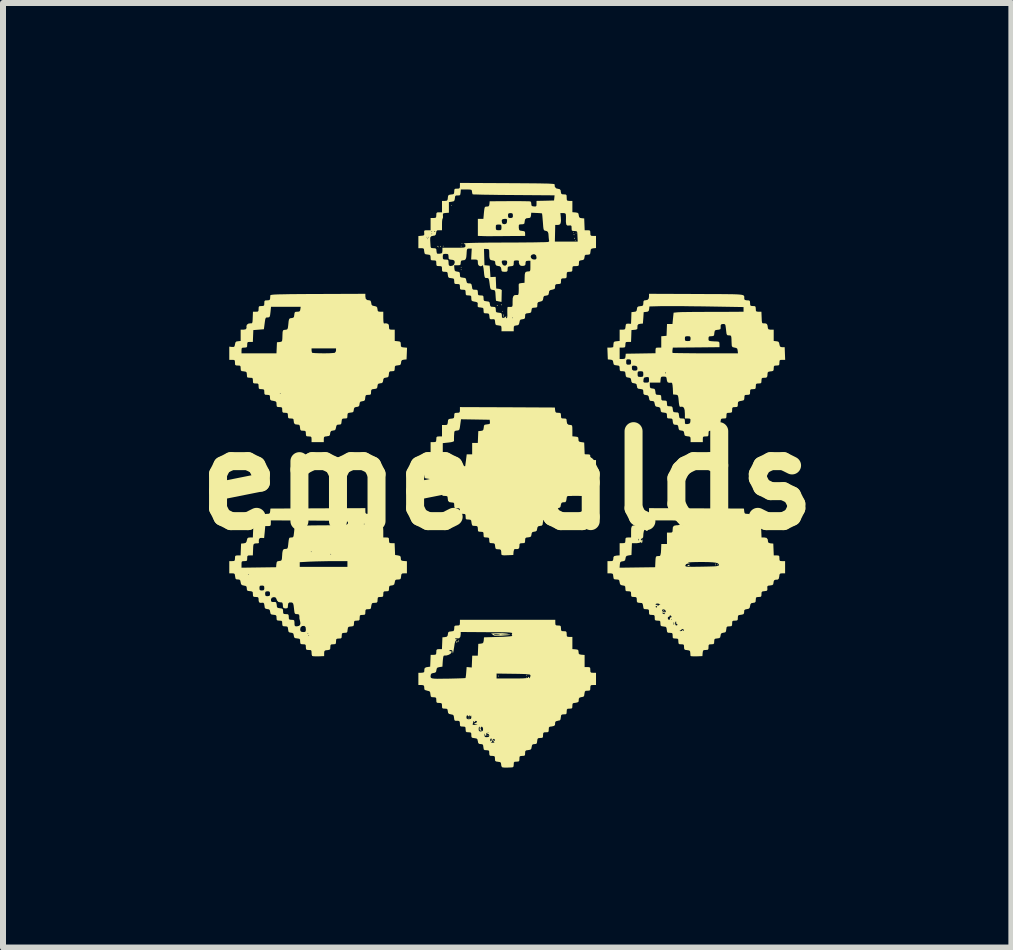
<source format=kicad_pcb>
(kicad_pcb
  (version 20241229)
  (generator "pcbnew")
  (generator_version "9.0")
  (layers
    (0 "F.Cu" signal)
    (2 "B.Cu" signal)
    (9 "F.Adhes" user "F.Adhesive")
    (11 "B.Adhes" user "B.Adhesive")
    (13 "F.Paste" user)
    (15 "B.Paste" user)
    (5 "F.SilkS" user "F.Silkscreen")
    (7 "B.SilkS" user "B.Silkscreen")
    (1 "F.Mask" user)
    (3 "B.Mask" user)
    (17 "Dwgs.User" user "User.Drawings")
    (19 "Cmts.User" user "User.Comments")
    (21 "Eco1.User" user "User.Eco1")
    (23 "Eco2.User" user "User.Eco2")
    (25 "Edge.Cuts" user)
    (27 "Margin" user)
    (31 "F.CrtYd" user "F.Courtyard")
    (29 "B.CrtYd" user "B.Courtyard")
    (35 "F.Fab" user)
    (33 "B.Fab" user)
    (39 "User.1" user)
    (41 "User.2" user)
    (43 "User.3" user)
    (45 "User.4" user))
  (footprint "emeralds"
    (layer "F.Cu")
    (at 5.407 4.961)
    (property "Reference" "emeralds" (at 0 0 0) (layer "F.SilkS") (effects (font (size 1.5 1.5) (thickness 0.3))))
    (attr board_only exclude_from_pos_files exclude_from_bom)
    (fp_poly (pts (xy -1.06 -3.907) (xy -1.067 -3.9) (xy -1.074 -3.907) (xy -1.067 -3.914)) (stroke (width 0) (type solid)) (fill yes) (layer "F.SilkS"))
    (fp_poly (pts (xy -0.924 -4.587) (xy -0.931 -4.58) (xy -0.938 -4.587) (xy -0.931 -4.593)) (stroke (width 0) (type solid)) (fill yes) (layer "F.SilkS"))
    (fp_poly (pts (xy -0.761 -3.907) (xy -0.768 -3.9) (xy -0.775 -3.907) (xy -0.768 -3.914)) (stroke (width 0) (type solid)) (fill yes) (layer "F.SilkS"))
    (fp_poly (pts (xy -0.761 -3.554) (xy -0.768 -3.547) (xy -0.775 -3.554) (xy -0.768 -3.561)) (stroke (width 0) (type solid)) (fill yes) (layer "F.SilkS"))
    (fp_poly (pts (xy -0.761 -3.513) (xy -0.768 -3.506) (xy -0.775 -3.513) (xy -0.768 -3.52)) (stroke (width 0) (type solid)) (fill yes) (layer "F.SilkS"))
    (fp_poly (pts (xy -0.747 -3.948) (xy -0.754 -3.941) (xy -0.761 -3.948) (xy -0.754 -3.955)) (stroke (width 0) (type solid)) (fill yes) (layer "F.SilkS"))
    (fp_poly (pts (xy -0.068 -2.82) (xy -0.075 -2.813) (xy -0.082 -2.82) (xy -0.075 -2.827)) (stroke (width 0) (type solid)) (fill yes) (layer "F.SilkS"))
    (fp_poly (pts (xy 0.326 3.282) (xy 0.319 3.289) (xy 0.313 3.282) (xy 0.319 3.275)) (stroke (width 0) (type solid)) (fill yes) (layer "F.SilkS"))
    (fp_poly (pts (xy 0.353 3.241) (xy 0.347 3.248) (xy 0.34 3.241) (xy 0.347 3.234)) (stroke (width 0) (type solid)) (fill yes) (layer "F.SilkS"))
    (fp_poly (pts (xy 1.114 -4.138) (xy 1.108 -4.131) (xy 1.101 -4.138) (xy 1.108 -4.145)) (stroke (width 0) (type solid)) (fill yes) (layer "F.SilkS"))
    (fp_poly (pts (xy 1.142 -4.002) (xy 1.135 -3.996) (xy 1.128 -4.002) (xy 1.135 -4.009)) (stroke (width 0) (type solid)) (fill yes) (layer "F.SilkS"))
    (fp_poly (pts (xy 1.155 -4.125) (xy 1.148 -4.118) (xy 1.142 -4.125) (xy 1.148 -4.131)) (stroke (width 0) (type solid)) (fill yes) (layer "F.SilkS"))
    (fp_poly (pts (xy -1.105 -3.909) (xy -1.104 -3.893) (xy -1.105 -3.891) (xy -1.113 -3.893) (xy -1.114 -3.9) (xy -1.109 -3.912)) (stroke (width 0) (type solid)) (fill yes) (layer "F.SilkS"))
    (fp_poly (pts (xy -0.806 2.66) (xy -0.805 2.688) (xy -0.806 2.694) (xy -0.811 2.696) (xy -0.813 2.677) (xy -0.811 2.658)) (stroke (width 0) (type solid)) (fill yes) (layer "F.SilkS"))
    (fp_poly (pts (xy -0.622 3.959) (xy -0.62 3.964) (xy -0.639 3.966) (xy -0.658 3.964) (xy -0.656 3.959) (xy -0.628 3.958)) (stroke (width 0) (type solid)) (fill yes) (layer "F.SilkS"))
    (fp_poly (pts (xy -0.317 4.245) (xy -0.315 4.261) (xy -0.317 4.263) (xy -0.325 4.261) (xy -0.326 4.254) (xy -0.321 4.243)) (stroke (width 0) (type solid)) (fill yes) (layer "F.SilkS"))
    (fp_poly (pts (xy -0.154 -2.917) (xy -0.156 -2.909) (xy -0.163 -2.908) (xy -0.174 -2.913) (xy -0.172 -2.917) (xy -0.156 -2.919)) (stroke (width 0) (type solid)) (fill yes) (layer "F.SilkS"))
    (fp_poly (pts (xy -0.14 3.253) (xy -0.139 3.269) (xy -0.14 3.271) (xy -0.149 3.269) (xy -0.149 3.262) (xy -0.145 3.25)) (stroke (width 0) (type solid)) (fill yes) (layer "F.SilkS"))
    (fp_poly (pts (xy -0.086 -2.931) (xy -0.088 -2.923) (xy -0.095 -2.922) (xy -0.106 -2.927) (xy -0.104 -2.931) (xy -0.088 -2.933)) (stroke (width 0) (type solid)) (fill yes) (layer "F.SilkS"))
    (fp_poly (pts (xy 0.322 3.239) (xy 0.323 3.255) (xy 0.322 3.257) (xy 0.314 3.255) (xy 0.313 3.248) (xy 0.318 3.237)) (stroke (width 0) (type solid)) (fill yes) (layer "F.SilkS"))
    (fp_poly (pts (xy 1.123 -4.1) (xy 1.122 -4.092) (xy 1.114 -4.091) (xy 1.103 -4.096) (xy 1.105 -4.1) (xy 1.121 -4.101)) (stroke (width 0) (type solid)) (fill yes) (layer "F.SilkS"))
    (fp_poly (pts (xy 1.123 -4.045) (xy 1.125 -4.029) (xy 1.123 -4.027) (xy 1.115 -4.029) (xy 1.114 -4.036) (xy 1.119 -4.047)) (stroke (width 0) (type solid)) (fill yes) (layer "F.SilkS"))
    (fp_poly (pts (xy 3.474 1.383) (xy 3.476 1.411) (xy 3.474 1.417) (xy 3.47 1.418) (xy 3.468 1.4) (xy 3.47 1.38)) (stroke (width 0) (type solid)) (fill yes) (layer "F.SilkS"))
    (fp_poly (pts (xy 3.515 1.404) (xy 3.513 1.412) (xy 3.506 1.413) (xy 3.495 1.408) (xy 3.497 1.404) (xy 3.513 1.403)) (stroke (width 0) (type solid)) (fill yes) (layer "F.SilkS"))
    (fp_poly (pts (xy -1.157 -3.908) (xy -1.143 -3.895) (xy -1.146 -3.887) (xy -1.148 -3.887) (xy -1.159 -3.896) (xy -1.163 -3.902) (xy -1.165 -3.912)) (stroke (width 0) (type solid)) (fill yes) (layer "F.SilkS"))
    (fp_poly (pts (xy 2.607 2.166) (xy 2.622 2.179) (xy 2.623 2.182) (xy 2.616 2.188) (xy 2.603 2.175) (xy 2.601 2.172) (xy 2.6 2.163)) (stroke (width 0) (type solid)) (fill yes) (layer "F.SilkS"))
    (fp_poly (pts (xy -0.829 2.688) (xy -0.829 2.691) (xy -0.839 2.704) (xy -0.843 2.704) (xy -0.852 2.696) (xy -0.849 2.691) (xy -0.837 2.678) (xy -0.835 2.677)) (stroke (width 0) (type solid)) (fill yes) (layer "F.SilkS"))
    (fp_poly (pts (xy -0.059 -2.771) (xy -0.059 -2.769) (xy -0.057 -2.739) (xy -0.059 -2.728) (xy -0.063 -2.728) (xy -0.065 -2.749) (xy -0.065 -2.752) (xy -0.063 -2.773)) (stroke (width 0) (type solid)) (fill yes) (layer "F.SilkS"))
    (fp_poly (pts (xy 3.044 1.414) (xy 3.033 1.425) (xy 3.024 1.427) (xy 3.006 1.424) (xy 3.003 1.422) (xy 3.014 1.413) (xy 3.024 1.408) (xy 3.041 1.408)) (stroke (width 0) (type solid)) (fill yes) (layer "F.SilkS"))
    (fp_poly (pts (xy 2.348 0.8) (xy 2.351 0.815) (xy 2.343 0.837) (xy 2.321 0.841) (xy 2.303 0.839) (xy 2.311 0.834) (xy 2.313 0.833) (xy 2.329 0.819) (xy 2.329 0.808) (xy 2.33 0.791) (xy 2.336 0.788)) (stroke (width 0) (type solid)) (fill yes) (layer "F.SilkS"))
    (fp_poly (pts (xy 0.004 2.548) (xy 0.021 2.549) (xy 0.013 2.551) (xy -0.016 2.555) (xy -0.02 2.555) (xy -0.116 2.564) (xy -0.028 2.566) (xy 0.015 2.568) (xy 0.045 2.571) (xy 0.053 2.574) (xy 0.038 2.577) (xy 0.002 2.581) (xy -0.049 2.585) (xy -0.083 2.588) (xy -0.148 2.592) (xy -0.191 2.591) (xy -0.218 2.587) (xy -0.233 2.578) (xy -0.242 2.571) (xy -0.222 2.571) (xy -0.206 2.578) (xy -0.173 2.581) (xy -0.159 2.581) (xy -0.127 2.579) (xy -0.114 2.577) (xy -0.116 2.575) (xy -0.143 2.569) (xy -0.176 2.566) (xy -0.205 2.566) (xy -0.222 2.569) (xy -0.222 2.571) (xy -0.242 2.571) (xy -0.257 2.559) (xy -0.269 2.554) (xy -0.262 2.552) (xy -0.233 2.55) (xy -0.185 2.548) (xy -0.124 2.547) (xy -0.105 2.547) (xy -0.038 2.547)) (stroke (width 0) (type solid)) (fill yes) (layer "F.SilkS"))
    (fp_poly (pts (xy 0.003 -1.22) (xy 0.795 -1.216) (xy 0.799 -1.172) (xy 0.805 -1.142) (xy 0.82 -1.13) (xy 0.85 -1.128) (xy 0.882 -1.126) (xy 0.894 -1.114) (xy 0.897 -1.084) (xy 0.897 -1.08) (xy 0.899 -1.049) (xy 0.911 -1.035) (xy 0.941 -1.033) (xy 0.945 -1.033) (xy 0.976 -1.031) (xy 0.989 -1.019) (xy 0.992 -0.989) (xy 0.992 -0.987) (xy 0.999 -0.949) (xy 1.022 -0.929) (xy 1.061 -0.924) (xy 1.075 -0.921) (xy 1.083 -0.909) (xy 1.086 -0.881) (xy 1.087 -0.832) (xy 1.087 -0.83) (xy 1.087 -0.736) (xy 1.138 -0.731) (xy 1.171 -0.726) (xy 1.185 -0.714) (xy 1.188 -0.688) (xy 1.188 -0.686) (xy 1.191 -0.658) (xy 1.206 -0.645) (xy 1.236 -0.639) (xy 1.284 -0.632) (xy 1.288 -0.533) (xy 1.292 -0.435) (xy 1.339 -0.435) (xy 1.371 -0.433) (xy 1.384 -0.421) (xy 1.386 -0.391) (xy 1.386 -0.387) (xy 1.388 -0.355) (xy 1.4 -0.342) (xy 1.43 -0.34) (xy 1.434 -0.34) (xy 1.481 -0.34) (xy 1.481 -0.239) (xy 1.481 -0.138) (xy 1.437 -0.133) (xy 1.407 -0.127) (xy 1.392 -0.11) (xy 1.386 -0.082) (xy 1.378 -0.049) (xy 1.362 -0.034) (xy 1.336 -0.03) (xy 1.305 -0.023) (xy 1.292 -0.005) (xy 1.288 0.018) (xy 1.282 0.048) (xy 1.264 0.062) (xy 1.24 0.065) (xy 1.213 0.07) (xy 1.199 0.082) (xy 1.193 0.109) (xy 1.19 0.136) (xy 1.176 0.152) (xy 1.138 0.161) (xy 1.105 0.165) (xy 1.09 0.177) (xy 1.087 0.205) (xy 1.087 0.211) (xy 1.085 0.243) (xy 1.073 0.256) (xy 1.042 0.258) (xy 1.04 0.258) (xy 1.01 0.26) (xy 0.996 0.272) (xy 0.99 0.302) (xy 0.99 0.309) (xy 0.983 0.343) (xy 0.971 0.361) (xy 0.968 0.362) (xy 0.941 0.364) (xy 0.925 0.365) (xy 0.905 0.375) (xy 0.895 0.405) (xy 0.894 0.411) (xy 0.888 0.442) (xy 0.871 0.456) (xy 0.842 0.462) (xy 0.81 0.469) (xy 0.797 0.484) (xy 0.795 0.51) (xy 0.792 0.537) (xy 0.779 0.549) (xy 0.747 0.554) (xy 0.744 0.555) (xy 0.711 0.559) (xy 0.696 0.571) (xy 0.693 0.599) (xy 0.693 0.606) (xy 0.691 0.637) (xy 0.679 0.65) (xy 0.648 0.652) (xy 0.646 0.652) (xy 0.616 0.654) (xy 0.601 0.666) (xy 0.596 0.696) (xy 0.595 0.703) (xy 0.59 0.737) (xy 0.577 0.753) (xy 0.549 0.758) (xy 0.548 0.758) (xy 0.517 0.765) (xy 0.504 0.784) (xy 0.5 0.806) (xy 0.493 0.837) (xy 0.475 0.85) (xy 0.453 0.854) (xy 0.422 0.86) (xy 0.409 0.879) (xy 0.405 0.901) (xy 0.399 0.93) (xy 0.384 0.943) (xy 0.351 0.949) (xy 0.35 0.949) (xy 0.317 0.953) (xy 0.302 0.966) (xy 0.299 0.993) (xy 0.299 1) (xy 0.297 1.031) (xy 0.285 1.044) (xy 0.255 1.046) (xy 0.251 1.046) (xy 0.22 1.049) (xy 0.206 1.06) (xy 0.204 1.09) (xy 0.204 1.094) (xy 0.199 1.127) (xy 0.182 1.143) (xy 0.146 1.145) (xy 0.127 1.143) (xy 0.115 1.154) (xy 0.107 1.184) (xy 0.106 1.192) (xy 0.102 1.243) (xy 0.003 1.247) (xy -0.049 1.249) (xy -0.079 1.246) (xy -0.094 1.239) (xy -0.097 1.231) (xy -0.099 1.2) (xy -0.1 1.179) (xy -0.106 1.158) (xy -0.126 1.149) (xy -0.15 1.148) (xy -0.181 1.145) (xy -0.195 1.133) (xy -0.201 1.103) (xy -0.201 1.097) (xy -0.206 1.064) (xy -0.218 1.05) (xy -0.247 1.046) (xy -0.252 1.046) (xy -0.284 1.044) (xy -0.296 1.032) (xy -0.299 1.002) (xy -0.299 0.999) (xy -0.301 0.967) (xy -0.313 0.954) (xy -0.343 0.951) (xy -0.347 0.951) (xy -0.378 0.949) (xy -0.392 0.937) (xy -0.394 0.907) (xy -0.394 0.904) (xy -0.396 0.872) (xy -0.408 0.859) (xy -0.438 0.856) (xy -0.442 0.856) (xy -0.474 0.854) (xy -0.487 0.842) (xy -0.489 0.812) (xy -0.489 0.809) (xy -0.492 0.776) (xy -0.504 0.762) (xy -0.523 0.759) (xy -0.556 0.757) (xy -0.574 0.756) (xy -0.586 0.743) (xy -0.594 0.712) (xy -0.595 0.703) (xy -0.6 0.67) (xy -0.612 0.656) (xy -0.64 0.652) (xy -0.646 0.652) (xy -0.678 0.65) (xy -0.691 0.638) (xy -0.693 0.608) (xy -0.693 0.605) (xy -0.695 0.573) (xy -0.707 0.56) (xy -0.737 0.557) (xy -0.741 0.557) (xy -0.773 0.555) (xy -0.786 0.543) (xy -0.788 0.513) (xy -0.788 0.51) (xy -0.79 0.478) (xy -0.802 0.465) (xy -0.832 0.462) (xy -0.836 0.462) (xy -0.868 0.46) (xy -0.881 0.448) (xy -0.883 0.418) (xy -0.883 0.414) (xy -0.885 0.383) (xy -0.897 0.37) (xy -0.927 0.367) (xy -0.929 0.367) (xy -0.966 0.361) (xy -0.986 0.34) (xy -0.992 0.298) (xy -0.992 0.291) (xy -0.996 0.269) (xy -1.012 0.26) (xy -1.04 0.258) (xy -1.072 0.256) (xy -1.085 0.244) (xy -1.087 0.214) (xy -1.087 0.211) (xy -1.089 0.179) (xy -1.101 0.166) (xy -1.131 0.163) (xy -1.135 0.163) (xy -1.167 0.161) (xy -1.18 0.149) (xy -1.182 0.119) (xy -1.182 0.116) (xy -1.184 0.084) (xy -1.196 0.071) (xy -1.226 0.068) (xy -1.23 0.068) (xy -1.262 0.066) (xy -1.275 0.054) (xy -1.277 0.024) (xy -1.277 0.021) (xy -1.28 -0.01) (xy -1.292 -0.024) (xy -1.321 -0.029) (xy -1.328 -0.03) (xy -1.363 -0.035) (xy -1.378 -0.048) (xy -1.381 -0.068) (xy -1.384 -0.101) (xy -1.385 -0.119) (xy -1.398 -0.131) (xy -1.431 -0.136) (xy -1.434 -0.136) (xy -1.481 -0.136) (xy -1.481 -0.238) (xy -1.481 -0.287) (xy -1.277 -0.287) (xy -1.274 -0.256) (xy -1.268 -0.24) (xy -1.252 -0.237) (xy -1.214 -0.235) (xy -1.156 -0.234) (xy -1.084 -0.233) (xy -1.001 -0.234) (xy -0.979 -0.234) (xy -0.7 -0.238) (xy -0.694 -0.285) (xy -0.095 -0.285) (xy -0.095 -0.245) (xy 0.102 -0.245) (xy 0.299 -0.245) (xy 0.299 -0.285) (xy 0.299 -0.326) (xy 0.102 -0.326) (xy -0.095 -0.326) (xy -0.095 -0.285) (xy -0.694 -0.285) (xy -0.687 -0.336) (xy -0.675 -0.435) (xy -0.63 -0.435) (xy -0.584 -0.435) (xy -0.584 -0.53) (xy -0.584 -0.625) (xy -0.537 -0.625) (xy -0.49 -0.625) (xy -0.486 -0.724) (xy -0.482 -0.822) (xy -0.439 -0.826) (xy -0.41 -0.832) (xy -0.397 -0.848) (xy -0.391 -0.881) (xy -0.387 -0.914) (xy -0.374 -0.929) (xy -0.344 -0.934) (xy -0.336 -0.935) (xy -0.302 -0.94) (xy -0.288 -0.95) (xy -0.288 -0.973) (xy -0.288 -0.976) (xy -0.292 -1.012) (xy -0.531 -1.016) (xy -0.77 -1.02) (xy -0.783 -0.928) (xy -0.79 -0.879) (xy -0.797 -0.851) (xy -0.808 -0.838) (xy -0.827 -0.833) (xy -0.839 -0.832) (xy -0.864 -0.828) (xy -0.878 -0.819) (xy -0.883 -0.797) (xy -0.885 -0.756) (xy -0.886 -0.75) (xy -0.887 -0.705) (xy -0.887 -0.67) (xy -0.887 -0.657) (xy -0.9 -0.647) (xy -0.935 -0.638) (xy -0.98 -0.632) (xy -1.074 -0.622) (xy -1.074 -0.529) (xy -1.074 -0.435) (xy -1.12 -0.435) (xy -1.151 -0.433) (xy -1.165 -0.421) (xy -1.171 -0.391) (xy -1.171 -0.384) (xy -1.176 -0.35) (xy -1.189 -0.335) (xy -1.22 -0.329) (xy -1.227 -0.329) (xy -1.26 -0.324) (xy -1.274 -0.312) (xy -1.277 -0.287) (xy -1.481 -0.287) (xy -1.481 -0.34) (xy -1.435 -0.34) (xy -1.403 -0.342) (xy -1.389 -0.356) (xy -1.384 -0.384) (xy -1.378 -0.413) (xy -1.363 -0.427) (xy -1.33 -0.432) (xy -1.328 -0.432) (xy -1.277 -0.437) (xy -1.277 -0.538) (xy -1.277 -0.639) (xy -1.23 -0.639) (xy -1.198 -0.641) (xy -1.185 -0.653) (xy -1.182 -0.683) (xy -1.182 -0.686) (xy -1.18 -0.718) (xy -1.168 -0.731) (xy -1.138 -0.734) (xy -1.135 -0.734) (xy -1.087 -0.734) (xy -1.087 -0.829) (xy -1.087 -0.924) (xy -1.04 -0.924) (xy -1.01 -0.926) (xy -0.996 -0.938) (xy -0.99 -0.968) (xy -0.99 -0.975) (xy -0.985 -1.009) (xy -0.971 -1.024) (xy -0.941 -1.03) (xy -0.934 -1.03) (xy -0.901 -1.035) (xy -0.887 -1.047) (xy -0.883 -1.075) (xy -0.883 -1.081) (xy -0.881 -1.113) (xy -0.869 -1.125) (xy -0.839 -1.128) (xy -0.836 -1.128) (xy -0.804 -1.13) (xy -0.791 -1.142) (xy -0.788 -1.172) (xy -0.788 -1.176) (xy -0.788 -1.223)) (stroke (width 0) (type solid)) (fill yes) (layer "F.SilkS"))
    (fp_poly (pts (xy -2.365 -3.066) (xy -2.358 -3.028) (xy -2.334 -3.008) (xy -2.296 -3.003) (xy -2.277 -2.995) (xy -2.268 -2.966) (xy -2.267 -2.959) (xy -2.261 -2.929) (xy -2.244 -2.914) (xy -2.215 -2.908) (xy -2.183 -2.9) (xy -2.168 -2.884) (xy -2.163 -2.857) (xy -2.158 -2.827) (xy -2.143 -2.815) (xy -2.112 -2.813) (xy -2.066 -2.813) (xy -2.066 -2.71) (xy -2.064 -2.653) (xy -2.059 -2.622) (xy -2.051 -2.617) (xy -2.028 -2.62) (xy -2.004 -2.617) (xy -1.981 -2.606) (xy -1.972 -2.583) (xy -1.971 -2.561) (xy -1.968 -2.53) (xy -1.957 -2.517) (xy -1.926 -2.514) (xy -1.923 -2.514) (xy -1.875 -2.514) (xy -1.875 -2.42) (xy -1.875 -2.326) (xy -1.825 -2.321) (xy -1.792 -2.316) (xy -1.778 -2.304) (xy -1.774 -2.275) (xy -1.774 -2.27) (xy -1.772 -2.238) (xy -1.76 -2.224) (xy -1.73 -2.218) (xy -1.722 -2.218) (xy -1.67 -2.213) (xy -1.674 -2.116) (xy -1.678 -2.018) (xy -1.722 -2.014) (xy -1.753 -2.007) (xy -1.766 -1.989) (xy -1.769 -1.966) (xy -1.775 -1.937) (xy -1.79 -1.924) (xy -1.824 -1.919) (xy -1.824 -1.919) (xy -1.858 -1.914) (xy -1.872 -1.902) (xy -1.875 -1.874) (xy -1.875 -1.868) (xy -1.878 -1.836) (xy -1.89 -1.824) (xy -1.921 -1.821) (xy -1.922 -1.821) (xy -1.953 -1.819) (xy -1.967 -1.807) (xy -1.973 -1.777) (xy -1.973 -1.77) (xy -1.978 -1.736) (xy -1.991 -1.721) (xy -2.02 -1.715) (xy -2.021 -1.715) (xy -2.052 -1.708) (xy -2.065 -1.69) (xy -2.068 -1.667) (xy -2.075 -1.637) (xy -2.093 -1.623) (xy -2.116 -1.62) (xy -2.147 -1.613) (xy -2.16 -1.595) (xy -2.163 -1.572) (xy -2.169 -1.543) (xy -2.184 -1.53) (xy -2.218 -1.525) (xy -2.219 -1.525) (xy -2.252 -1.52) (xy -2.266 -1.508) (xy -2.27 -1.48) (xy -2.27 -1.474) (xy -2.272 -1.442) (xy -2.284 -1.429) (xy -2.315 -1.427) (xy -2.316 -1.427) (xy -2.347 -1.425) (xy -2.361 -1.413) (xy -2.367 -1.383) (xy -2.367 -1.376) (xy -2.372 -1.342) (xy -2.386 -1.327) (xy -2.414 -1.321) (xy -2.415 -1.321) (xy -2.446 -1.314) (xy -2.459 -1.296) (xy -2.462 -1.273) (xy -2.469 -1.242) (xy -2.488 -1.229) (xy -2.51 -1.226) (xy -2.541 -1.219) (xy -2.554 -1.201) (xy -2.558 -1.178) (xy -2.563 -1.149) (xy -2.578 -1.136) (xy -2.612 -1.131) (xy -2.613 -1.131) (xy -2.646 -1.126) (xy -2.66 -1.114) (xy -2.664 -1.086) (xy -2.664 -1.08) (xy -2.666 -1.048) (xy -2.678 -1.035) (xy -2.709 -1.033) (xy -2.71 -1.033) (xy -2.741 -1.031) (xy -2.755 -1.019) (xy -2.761 -0.989) (xy -2.761 -0.982) (xy -2.766 -0.948) (xy -2.778 -0.934) (xy -2.804 -0.931) (xy -2.806 -0.931) (xy -2.834 -0.928) (xy -2.848 -0.912) (xy -2.854 -0.883) (xy -2.862 -0.851) (xy -2.878 -0.836) (xy -2.904 -0.832) (xy -2.935 -0.825) (xy -2.948 -0.806) (xy -2.952 -0.784) (xy -2.957 -0.755) (xy -2.972 -0.742) (xy -3.006 -0.737) (xy -3.007 -0.736) (xy -3.04 -0.732) (xy -3.055 -0.72) (xy -3.058 -0.692) (xy -3.058 -0.685) (xy -3.058 -0.639) (xy -3.16 -0.639) (xy -3.262 -0.639) (xy -3.262 -0.686) (xy -3.264 -0.718) (xy -3.276 -0.731) (xy -3.306 -0.734) (xy -3.309 -0.734) (xy -3.341 -0.736) (xy -3.354 -0.748) (xy -3.357 -0.778) (xy -3.357 -0.781) (xy -3.359 -0.813) (xy -3.371 -0.826) (xy -3.4 -0.829) (xy -3.404 -0.829) (xy -3.434 -0.831) (xy -3.448 -0.843) (xy -3.454 -0.873) (xy -3.454 -0.88) (xy -3.459 -0.913) (xy -3.471 -0.928) (xy -3.497 -0.931) (xy -3.499 -0.931) (xy -3.537 -0.937) (xy -3.555 -0.957) (xy -3.56 -0.995) (xy -3.564 -1.021) (xy -3.578 -1.031) (xy -3.608 -1.033) (xy -3.64 -1.035) (xy -3.653 -1.047) (xy -3.656 -1.077) (xy -3.656 -1.08) (xy -3.658 -1.112) (xy -3.67 -1.125) (xy -3.7 -1.128) (xy -3.703 -1.128) (xy -3.735 -1.13) (xy -3.748 -1.142) (xy -3.751 -1.172) (xy -3.751 -1.176) (xy -3.753 -1.207) (xy -3.765 -1.221) (xy -3.795 -1.223) (xy -3.798 -1.223) (xy -3.83 -1.225) (xy -3.843 -1.237) (xy -3.846 -1.267) (xy -3.846 -1.271) (xy -3.848 -1.301) (xy -3.86 -1.317) (xy -3.888 -1.325) (xy -3.9 -1.327) (xy -3.935 -1.334) (xy -3.951 -1.347) (xy -3.955 -1.372) (xy -3.955 -1.381) (xy -3.957 -1.412) (xy -3.969 -1.424) (xy -4 -1.427) (xy -4.002 -1.427) (xy -4.034 -1.429) (xy -4.047 -1.441) (xy -4.048 -1.447) (xy -3.792 -1.447) (xy -3.785 -1.441) (xy -3.778 -1.447) (xy -3.785 -1.454) (xy -3.792 -1.447) (xy -4.048 -1.447) (xy -4.05 -1.471) (xy -4.05 -1.475) (xy -4.052 -1.506) (xy -4.064 -1.519) (xy -4.094 -1.522) (xy -4.097 -1.522) (xy -4.129 -1.524) (xy -4.142 -1.536) (xy -4.145 -1.566) (xy -4.145 -1.57) (xy -4.147 -1.602) (xy -4.159 -1.615) (xy -4.189 -1.617) (xy -4.193 -1.617) (xy -4.224 -1.619) (xy -4.238 -1.631) (xy -4.24 -1.661) (xy -4.24 -1.665) (xy -4.242 -1.697) (xy -4.254 -1.71) (xy -4.284 -1.712) (xy -4.288 -1.712) (xy -4.32 -1.715) (xy -4.336 -1.721) (xy -4.337 -1.723) (xy -4.339 -1.742) (xy -4.341 -1.774) (xy -4.345 -1.801) (xy -4.36 -1.813) (xy -4.393 -1.819) (xy -4.427 -1.823) (xy -4.441 -1.836) (xy -4.444 -1.863) (xy -4.444 -1.869) (xy -4.446 -1.901) (xy -4.458 -1.914) (xy -4.488 -1.916) (xy -4.492 -1.916) (xy -4.523 -1.918) (xy -4.537 -1.93) (xy -4.539 -1.96) (xy -4.539 -1.964) (xy -4.541 -1.996) (xy -4.553 -2.009) (xy -4.583 -2.011) (xy -4.587 -2.011) (xy -4.634 -2.011) (xy -4.634 -2.121) (xy -4.634 -2.168) (xy -4.43 -2.168) (xy -4.43 -2.12) (xy -4.139 -2.12) (xy -3.847 -2.12) (xy -3.845 -2.17) (xy -3.262 -2.17) (xy -3.258 -2.141) (xy -3.253 -2.129) (xy -3.236 -2.126) (xy -3.199 -2.123) (xy -3.146 -2.121) (xy -3.086 -2.12) (xy -3.023 -2.12) (xy -2.964 -2.121) (xy -2.915 -2.124) (xy -2.883 -2.127) (xy -2.875 -2.128) (xy -2.859 -2.147) (xy -2.854 -2.169) (xy -2.854 -2.202) (xy -3.058 -2.202) (xy -3.262 -2.202) (xy -3.262 -2.17) (xy -3.845 -2.17) (xy -3.843 -2.212) (xy -3.839 -2.304) (xy -3.795 -2.308) (xy -3.767 -2.313) (xy -3.754 -2.325) (xy -3.75 -2.354) (xy -3.749 -2.369) (xy -3.747 -2.431) (xy -3.745 -2.472) (xy -3.74 -2.495) (xy -3.732 -2.506) (xy -3.719 -2.51) (xy -3.701 -2.512) (xy -3.679 -2.515) (xy -3.665 -2.523) (xy -3.657 -2.543) (xy -3.652 -2.581) (xy -3.649 -2.609) (xy -3.644 -2.658) (xy -3.637 -2.687) (xy -3.627 -2.7) (xy -3.61 -2.706) (xy -3.597 -2.707) (xy -3.568 -2.713) (xy -3.555 -2.728) (xy -3.55 -2.762) (xy -3.55 -2.762) (xy -3.545 -2.796) (xy -3.533 -2.81) (xy -3.506 -2.813) (xy -3.5 -2.813) (xy -3.468 -2.816) (xy -3.454 -2.831) (xy -3.449 -2.854) (xy -3.443 -2.895) (xy -3.69 -2.895) (xy -3.938 -2.895) (xy -3.947 -2.806) (xy -3.953 -2.759) (xy -3.96 -2.732) (xy -3.97 -2.721) (xy -3.988 -2.718) (xy -3.994 -2.718) (xy -4.014 -2.717) (xy -4.026 -2.709) (xy -4.034 -2.688) (xy -4.04 -2.649) (xy -4.044 -2.62) (xy -4.057 -2.521) (xy -4.145 -2.514) (xy -4.233 -2.507) (xy -4.237 -2.409) (xy -4.241 -2.31) (xy -4.288 -2.31) (xy -4.32 -2.308) (xy -4.333 -2.296) (xy -4.335 -2.266) (xy -4.335 -2.263) (xy -4.337 -2.231) (xy -4.349 -2.218) (xy -4.379 -2.215) (xy -4.383 -2.215) (xy -4.415 -2.213) (xy -4.428 -2.201) (xy -4.43 -2.171) (xy -4.43 -2.168) (xy -4.634 -2.168) (xy -4.634 -2.231) (xy -4.59 -2.226) (xy -4.56 -2.226) (xy -4.546 -2.237) (xy -4.539 -2.268) (xy -4.539 -2.27) (xy -4.531 -2.302) (xy -4.515 -2.317) (xy -4.488 -2.321) (xy -4.444 -2.326) (xy -4.444 -2.42) (xy -4.444 -2.514) (xy -4.396 -2.514) (xy -4.361 -2.52) (xy -4.346 -2.54) (xy -4.348 -2.573) (xy -4.34 -2.597) (xy -4.315 -2.615) (xy -4.282 -2.62) (xy -4.282 -2.62) (xy -4.264 -2.619) (xy -4.253 -2.625) (xy -4.247 -2.644) (xy -4.244 -2.681) (xy -4.243 -2.715) (xy -4.239 -2.813) (xy -4.192 -2.813) (xy -4.16 -2.815) (xy -4.148 -2.827) (xy -4.145 -2.857) (xy -4.145 -2.861) (xy -4.143 -2.893) (xy -4.131 -2.906) (xy -4.101 -2.908) (xy -4.097 -2.908) (xy -4.066 -2.91) (xy -4.052 -2.922) (xy -4.05 -2.952) (xy -4.05 -2.956) (xy -4.048 -2.988) (xy -4.036 -3.001) (xy -4.006 -3.003) (xy -4.002 -3.003) (xy -3.97 -3.006) (xy -3.956 -3.018) (xy -3.953 -3.034) (xy -3.951 -3.068) (xy -3.95 -3.085) (xy -3.947 -3.089) (xy -3.937 -3.093) (xy -3.919 -3.096) (xy -3.891 -3.099) (xy -3.85 -3.101) (xy -3.795 -3.103) (xy -3.723 -3.104) (xy -3.633 -3.106) (xy -3.523 -3.107) (xy -3.39 -3.108) (xy -3.233 -3.109) (xy -3.156 -3.109) (xy -2.365 -3.112)) (stroke (width 0) (type solid)) (fill yes) (layer "F.SilkS"))
    (fp_poly (pts (xy 0.802 2.371) (xy 0.804 2.403) (xy 0.816 2.416) (xy 0.846 2.419) (xy 0.849 2.419) (xy 0.881 2.421) (xy 0.894 2.433) (xy 0.897 2.463) (xy 0.897 2.467) (xy 0.899 2.498) (xy 0.911 2.512) (xy 0.941 2.514) (xy 0.945 2.514) (xy 0.976 2.516) (xy 0.989 2.528) (xy 0.992 2.558) (xy 0.992 2.562) (xy 0.994 2.594) (xy 1.006 2.607) (xy 1.036 2.609) (xy 1.04 2.609) (xy 1.087 2.609) (xy 1.087 2.71) (xy 1.087 2.812) (xy 1.138 2.816) (xy 1.172 2.821) (xy 1.186 2.833) (xy 1.19 2.859) (xy 1.19 2.861) (xy 1.193 2.888) (xy 1.207 2.9) (xy 1.239 2.906) (xy 1.241 2.906) (xy 1.291 2.91) (xy 1.291 3.011) (xy 1.291 3.112) (xy 1.339 3.112) (xy 1.371 3.114) (xy 1.384 3.126) (xy 1.386 3.156) (xy 1.386 3.16) (xy 1.388 3.192) (xy 1.4 3.205) (xy 1.43 3.207) (xy 1.434 3.207) (xy 1.481 3.207) (xy 1.481 3.309) (xy 1.481 3.411) (xy 1.434 3.411) (xy 1.402 3.413) (xy 1.389 3.425) (xy 1.386 3.455) (xy 1.386 3.459) (xy 1.384 3.491) (xy 1.372 3.504) (xy 1.343 3.506) (xy 1.339 3.506) (xy 1.309 3.508) (xy 1.295 3.52) (xy 1.289 3.55) (xy 1.288 3.557) (xy 1.283 3.591) (xy 1.27 3.607) (xy 1.241 3.612) (xy 1.24 3.612) (xy 1.207 3.621) (xy 1.195 3.639) (xy 1.194 3.643) (xy 1.192 3.674) (xy 1.191 3.686) (xy 1.178 3.698) (xy 1.147 3.707) (xy 1.138 3.708) (xy 1.105 3.712) (xy 1.09 3.724) (xy 1.087 3.752) (xy 1.087 3.758) (xy 1.085 3.79) (xy 1.073 3.803) (xy 1.043 3.805) (xy 1.04 3.805) (xy 1.008 3.807) (xy 0.995 3.819) (xy 0.992 3.849) (xy 0.992 3.853) (xy 0.99 3.885) (xy 0.978 3.898) (xy 0.948 3.9) (xy 0.945 3.9) (xy 0.915 3.903) (xy 0.9 3.914) (xy 0.895 3.944) (xy 0.894 3.951) (xy 0.889 3.985) (xy 0.876 4.001) (xy 0.847 4.006) (xy 0.846 4.007) (xy 0.811 4.016) (xy 0.8 4.034) (xy 0.798 4.067) (xy 0.797 4.077) (xy 0.782 4.093) (xy 0.744 4.102) (xy 0.711 4.106) (xy 0.696 4.118) (xy 0.693 4.146) (xy 0.693 4.153) (xy 0.691 4.184) (xy 0.679 4.197) (xy 0.649 4.199) (xy 0.646 4.199) (xy 0.614 4.201) (xy 0.601 4.213) (xy 0.598 4.243) (xy 0.598 4.247) (xy 0.596 4.279) (xy 0.584 4.292) (xy 0.554 4.294) (xy 0.551 4.294) (xy 0.52 4.297) (xy 0.506 4.309) (xy 0.501 4.338) (xy 0.5 4.345) (xy 0.495 4.379) (xy 0.483 4.393) (xy 0.457 4.396) (xy 0.455 4.396) (xy 0.427 4.4) (xy 0.414 4.415) (xy 0.408 4.444) (xy 0.401 4.476) (xy 0.385 4.49) (xy 0.352 4.496) (xy 0.35 4.496) (xy 0.317 4.501) (xy 0.302 4.513) (xy 0.299 4.54) (xy 0.299 4.547) (xy 0.297 4.578) (xy 0.285 4.591) (xy 0.255 4.593) (xy 0.251 4.593) (xy 0.22 4.596) (xy 0.206 4.607) (xy 0.204 4.637) (xy 0.204 4.641) (xy 0.202 4.673) (xy 0.19 4.686) (xy 0.16 4.689) (xy 0.156 4.689) (xy 0.124 4.691) (xy 0.111 4.703) (xy 0.109 4.733) (xy 0.109 4.736) (xy 0.106 4.769) (xy 0.094 4.782) (xy 0.075 4.785) (xy 0.003 4.788) (xy -0.045 4.788) (xy -0.074 4.785) (xy -0.086 4.781) (xy -0.097 4.762) (xy -0.101 4.734) (xy -0.105 4.708) (xy -0.12 4.696) (xy -0.153 4.691) (xy -0.186 4.686) (xy -0.201 4.674) (xy -0.204 4.647) (xy -0.204 4.64) (xy -0.206 4.609) (xy -0.218 4.596) (xy -0.248 4.593) (xy -0.251 4.593) (xy -0.283 4.591) (xy -0.296 4.579) (xy -0.299 4.55) (xy -0.299 4.546) (xy -0.301 4.514) (xy -0.313 4.501) (xy -0.343 4.498) (xy -0.346 4.498) (xy -0.377 4.496) (xy -0.391 4.484) (xy -0.396 4.455) (xy -0.397 4.447) (xy -0.402 4.414) (xy -0.414 4.399) (xy -0.44 4.396) (xy -0.442 4.396) (xy -0.47 4.392) (xy -0.483 4.376) (xy -0.485 4.371) (xy -0.273 4.371) (xy -0.254 4.373) (xy -0.245 4.373) (xy -0.218 4.372) (xy -0.212 4.368) (xy -0.214 4.367) (xy -0.229 4.349) (xy -0.231 4.338) (xy -0.229 4.323) (xy -0.219 4.332) (xy -0.217 4.335) (xy -0.207 4.348) (xy -0.204 4.335) (xy -0.204 4.332) (xy -0.213 4.312) (xy -0.224 4.308) (xy -0.241 4.319) (xy -0.245 4.334) (xy -0.255 4.359) (xy -0.268 4.367) (xy -0.273 4.371) (xy -0.485 4.371) (xy -0.489 4.348) (xy -0.494 4.329) (xy -0.285 4.329) (xy -0.278 4.347) (xy -0.272 4.349) (xy -0.261 4.337) (xy -0.258 4.321) (xy -0.263 4.302) (xy -0.272 4.301) (xy -0.284 4.321) (xy -0.285 4.329) (xy -0.494 4.329) (xy -0.496 4.317) (xy -0.512 4.303) (xy -0.545 4.297) (xy -0.547 4.297) (xy -0.58 4.292) (xy -0.595 4.28) (xy -0.598 4.253) (xy -0.598 4.246) (xy -0.598 4.244) (xy -0.379 4.244) (xy -0.376 4.27) (xy -0.361 4.28) (xy -0.34 4.281) (xy -0.31 4.277) (xy -0.299 4.261) (xy -0.299 4.254) (xy -0.307 4.232) (xy -0.318 4.227) (xy -0.341 4.216) (xy -0.346 4.21) (xy -0.35 4.207) (xy -0.348 4.223) (xy -0.348 4.25) (xy -0.354 4.261) (xy -0.364 4.255) (xy -0.371 4.237) (xy -0.375 4.219) (xy -0.378 4.226) (xy -0.379 4.244) (xy -0.598 4.244) (xy -0.6 4.215) (xy -0.608 4.206) (xy -0.326 4.206) (xy -0.319 4.213) (xy -0.313 4.206) (xy -0.319 4.199) (xy -0.326 4.206) (xy -0.608 4.206) (xy -0.612 4.202) (xy -0.642 4.199) (xy -0.646 4.199) (xy -0.677 4.197) (xy -0.69 4.185) (xy -0.693 4.155) (xy -0.693 4.152) (xy -0.694 4.145) (xy -0.476 4.145) (xy -0.472 4.174) (xy -0.456 4.185) (xy -0.443 4.186) (xy -0.415 4.18) (xy -0.404 4.169) (xy -0.402 4.142) (xy -0.41 4.116) (xy -0.423 4.104) (xy -0.423 4.104) (xy -0.439 4.115) (xy -0.445 4.137) (xy -0.436 4.158) (xy -0.433 4.16) (xy -0.424 4.169) (xy -0.439 4.172) (xy -0.44 4.172) (xy -0.458 4.166) (xy -0.46 4.144) (xy -0.459 4.138) (xy -0.458 4.113) (xy -0.464 4.104) (xy -0.472 4.116) (xy -0.476 4.145) (xy -0.476 4.145) (xy -0.694 4.145) (xy -0.695 4.12) (xy -0.707 4.107) (xy -0.737 4.104) (xy -0.741 4.104) (xy -0.773 4.102) (xy -0.786 4.09) (xy -0.788 4.068) (xy -0.578 4.068) (xy -0.568 4.075) (xy -0.537 4.076) (xy -0.534 4.075) (xy -0.502 4.074) (xy -0.496 4.072) (xy -0.513 4.067) (xy -0.523 4.065) (xy -0.55 4.058) (xy -0.551 4.053) (xy -0.533 4.047) (xy -0.51 4.035) (xy -0.503 4.019) (xy -0.517 4.01) (xy -0.524 4.009) (xy -0.538 4.016) (xy -0.535 4.026) (xy -0.535 4.033) (xy -0.551 4.023) (xy -0.567 4.012) (xy -0.568 4.015) (xy -0.566 4.035) (xy -0.572 4.052) (xy -0.578 4.068) (xy -0.788 4.068) (xy -0.788 4.06) (xy -0.788 4.057) (xy -0.791 4.025) (xy -0.804 4.01) (xy -0.834 4.007) (xy -0.852 4.008) (xy -0.872 4.006) (xy -0.882 3.989) (xy -0.886 3.959) (xy -0.888 3.948) (xy -0.68 3.948) (xy -0.675 3.972) (xy -0.656 3.981) (xy -0.639 3.982) (xy -0.61 3.978) (xy -0.599 3.963) (xy -0.598 3.945) (xy -0.6 3.921) (xy -0.607 3.922) (xy -0.612 3.928) (xy -0.622 3.941) (xy -0.625 3.931) (xy -0.625 3.928) (xy -0.627 3.914) (xy -0.637 3.924) (xy -0.639 3.928) (xy -0.65 3.939) (xy -0.652 3.931) (xy -0.661 3.915) (xy -0.666 3.914) (xy -0.676 3.926) (xy -0.68 3.948) (xy -0.888 3.948) (xy -0.891 3.925) (xy -0.904 3.908) (xy -0.934 3.901) (xy -0.938 3.9) (xy -0.97 3.893) (xy -0.985 3.876) (xy -0.99 3.849) (xy -0.995 3.819) (xy -1.01 3.807) (xy -1.041 3.805) (xy -1.072 3.803) (xy -1.085 3.791) (xy -1.087 3.761) (xy -1.087 3.758) (xy -1.089 3.726) (xy -1.101 3.713) (xy -1.131 3.71) (xy -1.135 3.71) (xy -1.167 3.708) (xy -1.18 3.696) (xy -1.182 3.666) (xy -1.182 3.663) (xy -1.184 3.631) (xy -1.196 3.618) (xy -1.226 3.615) (xy -1.229 3.615) (xy -1.26 3.613) (xy -1.274 3.601) (xy -1.279 3.571) (xy -1.28 3.564) (xy -1.285 3.53) (xy -1.299 3.514) (xy -1.33 3.507) (xy -1.332 3.506) (xy -1.364 3.497) (xy -1.381 3.485) (xy -1.381 3.482) (xy -1.383 3.455) (xy -1.384 3.438) (xy -1.391 3.419) (xy -1.414 3.412) (xy -1.434 3.411) (xy -1.481 3.411) (xy -1.481 3.309) (xy -1.481 3.267) (xy -1.278 3.267) (xy -1.276 3.282) (xy -1.267 3.294) (xy -1.247 3.301) (xy -1.214 3.305) (xy -1.164 3.307) (xy -1.093 3.306) (xy -0.999 3.305) (xy -0.983 3.305) (xy -0.899 3.303) (xy -0.823 3.301) (xy -0.762 3.299) (xy -0.718 3.297) (xy -0.697 3.295) (xy -0.695 3.295) (xy -0.692 3.28) (xy -0.689 3.261) (xy -0.177 3.261) (xy -0.177 3.302) (xy 0.089 3.302) (xy 0.191 3.302) (xy 0.268 3.3) (xy 0.319 3.296) (xy 0.344 3.292) (xy 0.347 3.289) (xy 0.348 3.276) (xy 0.353 3.275) (xy 0.366 3.286) (xy 0.367 3.292) (xy 0.371 3.301) (xy 0.379 3.29) (xy 0.388 3.26) (xy 0.388 3.25) (xy 0.384 3.242) (xy 0.373 3.236) (xy 0.351 3.232) (xy 0.314 3.229) (xy 0.26 3.227) (xy 0.185 3.225) (xy 0.104 3.224) (xy -0.177 3.22) (xy -0.177 3.261) (xy -0.689 3.261) (xy -0.687 3.246) (xy -0.683 3.2) (xy -0.676 3.111) (xy -0.633 3.115) (xy -0.591 3.119) (xy -0.587 3.02) (xy -0.583 2.922) (xy -0.537 2.922) (xy -0.49 2.922) (xy -0.486 2.823) (xy -0.482 2.725) (xy -0.439 2.721) (xy -0.41 2.715) (xy -0.397 2.699) (xy -0.391 2.666) (xy -0.387 2.616) (xy -0.143 2.609) (xy -0.066 2.607) (xy -0.001 2.603) (xy 0.048 2.599) (xy 0.078 2.595) (xy 0.085 2.591) (xy 0.075 2.573) (xy 0.081 2.556) (xy 0.083 2.549) (xy 0.081 2.544) (xy 0.071 2.54) (xy 0.05 2.537) (xy 0.017 2.534) (xy -0.032 2.532) (xy -0.1 2.531) (xy -0.188 2.53) (xy -0.3 2.53) (xy -0.34 2.53) (xy -0.775 2.527) (xy -0.775 2.565) (xy -0.782 2.61) (xy -0.802 2.632) (xy -0.834 2.633) (xy -0.86 2.632) (xy -0.87 2.638) (xy -0.858 2.649) (xy -0.846 2.652) (xy -0.83 2.654) (xy -0.84 2.658) (xy -0.845 2.659) (xy -0.863 2.676) (xy -0.875 2.717) (xy -0.877 2.729) (xy -0.885 2.782) (xy -0.894 2.835) (xy -0.896 2.847) (xy -0.903 2.877) (xy -0.907 2.882) (xy -0.909 2.864) (xy -0.916 2.836) (xy -0.936 2.827) (xy -0.938 2.827) (xy -0.96 2.832) (xy -0.965 2.84) (xy -0.955 2.848) (xy -0.945 2.846) (xy -0.93 2.848) (xy -0.928 2.865) (xy -0.941 2.886) (xy -0.972 2.906) (xy -1.009 2.918) (xy -1.045 2.92) (xy -1.047 2.92) (xy -1.058 2.923) (xy -1.066 2.942) (xy -1.071 2.981) (xy -1.074 3.01) (xy -1.08 3.105) (xy -1.128 3.112) (xy -1.161 3.12) (xy -1.175 3.137) (xy -1.18 3.162) (xy -1.187 3.193) (xy -1.205 3.206) (xy -1.227 3.21) (xy -1.26 3.218) (xy -1.274 3.238) (xy -1.275 3.246) (xy -1.278 3.267) (xy -1.481 3.267) (xy -1.481 3.207) (xy -1.434 3.207) (xy -1.402 3.204) (xy -1.385 3.195) (xy -1.384 3.194) (xy -1.382 3.17) (xy -1.381 3.15) (xy -1.374 3.127) (xy -1.35 3.115) (xy -1.332 3.112) (xy -1.284 3.105) (xy -1.28 3.007) (xy -1.276 2.908) (xy -1.229 2.908) (xy -1.198 2.906) (xy -1.185 2.894) (xy -1.182 2.864) (xy -1.182 2.861) (xy -1.18 2.829) (xy -1.168 2.816) (xy -1.139 2.813) (xy -1.135 2.813) (xy -1.088 2.813) (xy -1.084 2.715) (xy -1.08 2.616) (xy -1.037 2.612) (xy -1.006 2.605) (xy -0.993 2.587) (xy -0.989 2.564) (xy -0.984 2.535) (xy -0.969 2.522) (xy -0.935 2.517) (xy -0.934 2.517) (xy -0.901 2.512) (xy -0.887 2.5) (xy -0.883 2.472) (xy -0.883 2.466) (xy -0.881 2.434) (xy -0.869 2.422) (xy -0.839 2.419) (xy -0.836 2.419) (xy -0.804 2.417) (xy -0.791 2.405) (xy -0.788 2.375) (xy -0.788 2.371) (xy -0.788 2.324) (xy 0.007 2.324) (xy 0.802 2.324)) (stroke (width 0) (type solid)) (fill yes) (layer "F.SilkS"))
    (fp_poly (pts (xy 3.156 0.465) (xy 3.948 0.469) (xy 3.952 0.513) (xy 3.958 0.543) (xy 3.973 0.555) (xy 4.003 0.557) (xy 4.034 0.559) (xy 4.047 0.571) (xy 4.05 0.602) (xy 4.05 0.605) (xy 4.052 0.637) (xy 4.064 0.65) (xy 4.094 0.652) (xy 4.097 0.652) (xy 4.129 0.654) (xy 4.142 0.666) (xy 4.145 0.696) (xy 4.145 0.699) (xy 4.148 0.731) (xy 4.161 0.745) (xy 4.189 0.75) (xy 4.233 0.754) (xy 4.237 0.853) (xy 4.241 0.951) (xy 4.287 0.951) (xy 4.325 0.958) (xy 4.344 0.982) (xy 4.349 1.02) (xy 4.357 1.039) (xy 4.386 1.048) (xy 4.393 1.049) (xy 4.437 1.053) (xy 4.441 1.152) (xy 4.445 1.25) (xy 4.492 1.25) (xy 4.524 1.252) (xy 4.537 1.264) (xy 4.539 1.295) (xy 4.539 1.298) (xy 4.541 1.33) (xy 4.553 1.343) (xy 4.583 1.345) (xy 4.587 1.345) (xy 4.634 1.345) (xy 4.634 1.447) (xy 4.634 1.549) (xy 4.587 1.549) (xy 4.557 1.551) (xy 4.543 1.563) (xy 4.537 1.593) (xy 4.537 1.6) (xy 4.528 1.639) (xy 4.512 1.653) (xy 4.472 1.656) (xy 4.452 1.665) (xy 4.444 1.683) (xy 4.441 1.702) (xy 4.436 1.731) (xy 4.421 1.745) (xy 4.389 1.75) (xy 4.385 1.751) (xy 4.352 1.755) (xy 4.338 1.766) (xy 4.337 1.79) (xy 4.338 1.798) (xy 4.338 1.827) (xy 4.328 1.84) (xy 4.299 1.845) (xy 4.291 1.846) (xy 4.258 1.85) (xy 4.243 1.863) (xy 4.24 1.89) (xy 4.24 1.897) (xy 4.238 1.928) (xy 4.226 1.941) (xy 4.196 1.943) (xy 4.193 1.943) (xy 4.161 1.946) (xy 4.148 1.957) (xy 4.145 1.987) (xy 4.145 1.99) (xy 4.142 2.022) (xy 4.129 2.036) (xy 4.101 2.041) (xy 4.07 2.047) (xy 4.056 2.065) (xy 4.05 2.093) (xy 4.042 2.126) (xy 4.025 2.14) (xy 3.999 2.145) (xy 3.968 2.152) (xy 3.953 2.164) (xy 3.953 2.165) (xy 3.951 2.192) (xy 3.95 2.208) (xy 3.942 2.228) (xy 3.917 2.237) (xy 3.897 2.24) (xy 3.864 2.245) (xy 3.849 2.257) (xy 3.846 2.284) (xy 3.846 2.291) (xy 3.844 2.322) (xy 3.832 2.335) (xy 3.802 2.338) (xy 3.798 2.338) (xy 3.767 2.34) (xy 3.753 2.351) (xy 3.751 2.381) (xy 3.751 2.385) (xy 3.749 2.417) (xy 3.737 2.43) (xy 3.707 2.433) (xy 3.704 2.433) (xy 3.673 2.435) (xy 3.659 2.447) (xy 3.654 2.476) (xy 3.653 2.484) (xy 3.648 2.517) (xy 3.635 2.533) (xy 3.606 2.539) (xy 3.606 2.539) (xy 3.575 2.546) (xy 3.562 2.564) (xy 3.558 2.586) (xy 3.552 2.615) (xy 3.537 2.629) (xy 3.504 2.634) (xy 3.503 2.634) (xy 3.469 2.639) (xy 3.455 2.651) (xy 3.452 2.678) (xy 3.452 2.685) (xy 3.45 2.716) (xy 3.438 2.729) (xy 3.407 2.732) (xy 3.404 2.732) (xy 3.372 2.734) (xy 3.359 2.746) (xy 3.357 2.776) (xy 3.357 2.779) (xy 3.355 2.811) (xy 3.343 2.824) (xy 3.313 2.827) (xy 3.31 2.827) (xy 3.279 2.829) (xy 3.265 2.841) (xy 3.26 2.87) (xy 3.259 2.878) (xy 3.255 2.929) (xy 3.156 2.933) (xy 3.108 2.933) (xy 3.073 2.931) (xy 3.057 2.927) (xy 3.057 2.926) (xy 3.055 2.906) (xy 3.053 2.874) (xy 3.049 2.847) (xy 3.034 2.835) (xy 3 2.829) (xy 3 2.829) (xy 2.967 2.825) (xy 2.952 2.812) (xy 2.949 2.785) (xy 2.949 2.778) (xy 2.947 2.747) (xy 2.935 2.734) (xy 2.905 2.732) (xy 2.901 2.732) (xy 2.87 2.73) (xy 2.857 2.718) (xy 2.854 2.688) (xy 2.854 2.684) (xy 2.852 2.652) (xy 2.84 2.639) (xy 2.81 2.636) (xy 2.806 2.636) (xy 2.774 2.634) (xy 2.761 2.623) (xy 2.759 2.593) (xy 2.759 2.589) (xy 2.757 2.557) (xy 2.745 2.544) (xy 2.715 2.541) (xy 2.712 2.541) (xy 2.681 2.539) (xy 2.667 2.527) (xy 2.664 2.51) (xy 2.874 2.51) (xy 2.891 2.513) (xy 2.915 2.508) (xy 2.922 2.497) (xy 2.927 2.49) (xy 2.935 2.501) (xy 2.946 2.511) (xy 2.949 2.505) (xy 2.941 2.485) (xy 2.923 2.476) (xy 2.91 2.483) (xy 2.891 2.5) (xy 2.881 2.504) (xy 2.874 2.51) (xy 2.664 2.51) (xy 2.662 2.498) (xy 2.661 2.49) (xy 2.656 2.457) (xy 2.643 2.441) (xy 2.613 2.436) (xy 2.606 2.435) (xy 2.573 2.43) (xy 2.558 2.418) (xy 2.555 2.391) (xy 2.555 2.385) (xy 2.775 2.385) (xy 2.777 2.408) (xy 2.781 2.41) (xy 2.781 2.409) (xy 2.784 2.385) (xy 2.8 2.385) (xy 2.807 2.412) (xy 2.82 2.419) (xy 2.838 2.412) (xy 2.84 2.405) (xy 2.83 2.392) (xy 2.825 2.392) (xy 2.816 2.382) (xy 2.818 2.371) (xy 2.818 2.354) (xy 2.813 2.351) (xy 2.803 2.363) (xy 2.8 2.385) (xy 2.784 2.385) (xy 2.784 2.382) (xy 2.782 2.368) (xy 2.777 2.363) (xy 2.775 2.381) (xy 2.775 2.385) (xy 2.555 2.385) (xy 2.555 2.384) (xy 2.553 2.353) (xy 2.541 2.34) (xy 2.511 2.338) (xy 2.507 2.338) (xy 2.476 2.335) (xy 2.462 2.324) (xy 2.46 2.297) (xy 2.677 2.297) (xy 2.686 2.319) (xy 2.699 2.324) (xy 2.712 2.317) (xy 2.732 2.317) (xy 2.738 2.324) (xy 2.745 2.317) (xy 2.738 2.31) (xy 2.732 2.317) (xy 2.712 2.317) (xy 2.715 2.316) (xy 2.713 2.304) (xy 2.714 2.288) (xy 2.72 2.287) (xy 2.737 2.282) (xy 2.74 2.266) (xy 2.726 2.252) (xy 2.725 2.251) (xy 2.71 2.25) (xy 2.711 2.256) (xy 2.708 2.268) (xy 2.698 2.27) (xy 2.681 2.281) (xy 2.677 2.297) (xy 2.46 2.297) (xy 2.46 2.294) (xy 2.46 2.29) (xy 2.458 2.258) (xy 2.446 2.245) (xy 2.416 2.242) (xy 2.412 2.242) (xy 2.38 2.24) (xy 2.367 2.228) (xy 2.365 2.205) (xy 2.586 2.205) (xy 2.589 2.215) (xy 2.608 2.227) (xy 2.62 2.229) (xy 2.636 2.226) (xy 2.626 2.217) (xy 2.623 2.215) (xy 2.598 2.203) (xy 2.586 2.205) (xy 2.365 2.205) (xy 2.365 2.198) (xy 2.365 2.195) (xy 2.363 2.166) (xy 2.582 2.166) (xy 2.594 2.189) (xy 2.628 2.2) (xy 2.632 2.201) (xy 2.644 2.191) (xy 2.644 2.178) (xy 2.632 2.159) (xy 2.611 2.15) (xy 2.591 2.151) (xy 2.582 2.166) (xy 2.363 2.166) (xy 2.363 2.163) (xy 2.351 2.15) (xy 2.321 2.147) (xy 2.318 2.147) (xy 2.287 2.145) (xy 2.273 2.133) (xy 2.268 2.106) (xy 2.473 2.106) (xy 2.484 2.12) (xy 2.487 2.12) (xy 2.5 2.11) (xy 2.501 2.106) (xy 2.49 2.093) (xy 2.487 2.093) (xy 2.474 2.103) (xy 2.473 2.106) (xy 2.268 2.106) (xy 2.268 2.104) (xy 2.267 2.096) (xy 2.261 2.067) (xy 2.473 2.067) (xy 2.483 2.076) (xy 2.494 2.074) (xy 2.509 2.073) (xy 2.507 2.079) (xy 2.509 2.092) (xy 2.513 2.093) (xy 2.527 2.082) (xy 2.528 2.078) (xy 2.536 2.071) (xy 2.543 2.074) (xy 2.553 2.075) (xy 2.549 2.068) (xy 2.531 2.056) (xy 2.505 2.052) (xy 2.481 2.057) (xy 2.473 2.067) (xy 2.261 2.067) (xy 2.26 2.063) (xy 2.249 2.045) (xy 2.246 2.044) (xy 2.219 2.042) (xy 2.195 2.04) (xy 2.172 2.035) (xy 2.162 2.018) (xy 2.161 1.991) (xy 2.159 1.959) (xy 2.147 1.946) (xy 2.117 1.943) (xy 2.113 1.943) (xy 2.081 1.941) (xy 2.068 1.929) (xy 2.066 1.899) (xy 2.066 1.896) (xy 2.064 1.864) (xy 2.052 1.851) (xy 2.022 1.848) (xy 2.018 1.848) (xy 1.986 1.846) (xy 1.973 1.834) (xy 1.971 1.805) (xy 1.971 1.802) (xy 1.968 1.77) (xy 1.955 1.756) (xy 1.926 1.751) (xy 1.896 1.744) (xy 1.881 1.727) (xy 1.875 1.699) (xy 1.868 1.667) (xy 1.853 1.654) (xy 1.821 1.651) (xy 1.79 1.649) (xy 1.775 1.637) (xy 1.77 1.608) (xy 1.769 1.6) (xy 1.765 1.567) (xy 1.752 1.553) (xy 1.725 1.549) (xy 1.718 1.549) (xy 1.672 1.549) (xy 1.672 1.455) (xy 1.874 1.455) (xy 2.17 1.451) (xy 2.467 1.447) (xy 2.468 1.423) (xy 2.97 1.423) (xy 2.973 1.43) (xy 2.984 1.435) (xy 3.005 1.438) (xy 3.042 1.439) (xy 3.096 1.44) (xy 3.171 1.439) (xy 3.246 1.438) (xy 3.342 1.436) (xy 3.414 1.434) (xy 3.465 1.432) (xy 3.499 1.428) (xy 3.519 1.423) (xy 3.528 1.417) (xy 3.53 1.413) (xy 3.527 1.395) (xy 3.51 1.381) (xy 3.476 1.371) (xy 3.423 1.365) (xy 3.348 1.361) (xy 3.249 1.36) (xy 3.222 1.36) (xy 3.141 1.361) (xy 3.078 1.363) (xy 3.036 1.366) (xy 3.015 1.37) (xy 3.017 1.373) (xy 3.051 1.383) (xy 3.015 1.385) (xy 2.983 1.396) (xy 2.972 1.414) (xy 2.97 1.423) (xy 2.468 1.423) (xy 2.471 1.356) (xy 2.474 1.306) (xy 2.479 1.278) (xy 2.488 1.265) (xy 2.501 1.262) (xy 2.532 1.26) (xy 2.545 1.259) (xy 2.555 1.245) (xy 2.563 1.205) (xy 2.566 1.159) (xy 2.57 1.06) (xy 2.617 1.06) (xy 2.664 1.06) (xy 2.664 0.965) (xy 2.664 0.87) (xy 2.711 0.87) (xy 2.742 0.868) (xy 2.755 0.858) (xy 2.759 0.83) (xy 2.759 0.817) (xy 2.763 0.778) (xy 2.781 0.756) (xy 2.817 0.748) (xy 2.84 0.747) (xy 2.87 0.742) (xy 2.878 0.728) (xy 2.899 0.728) (xy 2.903 0.737) (xy 2.916 0.743) (xy 2.942 0.746) (xy 2.987 0.747) (xy 3.054 0.746) (xy 3.067 0.746) (xy 3.14 0.744) (xy 3.19 0.741) (xy 3.22 0.736) (xy 3.233 0.729) (xy 3.234 0.725) (xy 3.226 0.715) (xy 3.198 0.708) (xy 3.148 0.705) (xy 3.136 0.704) (xy 3.037 0.702) (xy 3.146 0.693) (xy 3.191 0.689) (xy 3.216 0.687) (xy 3.22 0.685) (xy 3.201 0.684) (xy 3.157 0.683) (xy 3.095 0.682) (xy 3.023 0.682) (xy 2.971 0.684) (xy 2.941 0.689) (xy 2.935 0.693) (xy 2.925 0.706) (xy 2.917 0.707) (xy 2.901 0.718) (xy 2.899 0.728) (xy 2.878 0.728) (xy 2.883 0.72) (xy 2.884 0.714) (xy 2.887 0.686) (xy 2.884 0.673) (xy 2.868 0.671) (xy 2.83 0.669) (xy 2.774 0.667) (xy 2.703 0.666) (xy 2.623 0.666) (xy 2.623 0.666) (xy 2.368 0.666) (xy 2.375 0.7) (xy 2.372 0.74) (xy 2.349 0.767) (xy 2.32 0.775) (xy 2.301 0.778) (xy 2.301 0.783) (xy 2.3 0.799) (xy 2.289 0.82) (xy 2.277 0.852) (xy 2.27 0.895) (xy 2.27 0.907) (xy 2.267 0.946) (xy 2.257 0.963) (xy 2.249 0.965) (xy 2.232 0.976) (xy 2.229 0.989) (xy 2.231 1.004) (xy 2.241 0.995) (xy 2.242 0.992) (xy 2.252 0.983) (xy 2.255 0.997) (xy 2.256 1.009) (xy 2.251 1.036) (xy 2.242 1.046) (xy 2.234 1.038) (xy 2.237 1.029) (xy 2.241 1.019) (xy 2.229 1.029) (xy 2.228 1.029) (xy 2.204 1.04) (xy 2.165 1.046) (xy 2.145 1.046) (xy 2.08 1.046) (xy 2.076 1.145) (xy 2.072 1.243) (xy 2.025 1.25) (xy 1.992 1.258) (xy 1.978 1.275) (xy 1.973 1.3) (xy 1.966 1.331) (xy 1.948 1.344) (xy 1.926 1.348) (xy 1.897 1.354) (xy 1.883 1.369) (xy 1.878 1.402) (xy 1.878 1.403) (xy 1.874 1.455) (xy 1.672 1.455) (xy 1.672 1.447) (xy 1.672 1.345) (xy 1.719 1.345) (xy 1.748 1.344) (xy 1.763 1.335) (xy 1.769 1.312) (xy 1.772 1.277) (xy 1.786 1.261) (xy 1.824 1.253) (xy 1.875 1.249) (xy 1.875 1.148) (xy 1.875 1.046) (xy 1.923 1.046) (xy 1.955 1.044) (xy 1.968 1.032) (xy 1.971 1.002) (xy 1.971 0.999) (xy 1.972 0.984) (xy 2.189 0.984) (xy 2.192 1.002) (xy 2.196 1.002) (xy 2.199 0.984) (xy 2.197 0.976) (xy 2.191 0.971) (xy 2.189 0.984) (xy 1.972 0.984) (xy 1.973 0.967) (xy 1.985 0.954) (xy 2.015 0.951) (xy 2.018 0.951) (xy 2.066 0.951) (xy 2.066 0.858) (xy 2.067 0.803) (xy 2.075 0.77) (xy 2.092 0.753) (xy 2.121 0.748) (xy 2.134 0.747) (xy 2.153 0.739) (xy 2.163 0.71) (xy 2.163 0.703) (xy 2.169 0.674) (xy 2.184 0.66) (xy 2.217 0.655) (xy 2.219 0.655) (xy 2.252 0.65) (xy 2.266 0.638) (xy 2.27 0.611) (xy 2.27 0.604) (xy 2.272 0.573) (xy 2.284 0.56) (xy 2.314 0.557) (xy 2.317 0.557) (xy 2.349 0.555) (xy 2.362 0.543) (xy 2.365 0.513) (xy 2.365 0.51) (xy 2.365 0.462)) (stroke (width 0) (type solid)) (fill yes) (layer "F.SilkS"))
    (fp_poly (pts (xy -2.365 0.51) (xy -2.363 0.541) (xy -2.351 0.555) (xy -2.321 0.557) (xy -2.317 0.557) (xy -2.285 0.559) (xy -2.272 0.571) (xy -2.27 0.601) (xy -2.27 0.604) (xy -2.267 0.635) (xy -2.256 0.649) (xy -2.226 0.654) (xy -2.219 0.655) (xy -2.185 0.66) (xy -2.169 0.673) (xy -2.164 0.702) (xy -2.163 0.703) (xy -2.155 0.736) (xy -2.138 0.747) (xy -2.134 0.747) (xy -2.1 0.75) (xy -2.08 0.763) (xy -2.069 0.789) (xy -2.066 0.836) (xy -2.066 0.858) (xy -2.066 0.951) (xy -2.018 0.951) (xy -1.986 0.953) (xy -1.973 0.965) (xy -1.971 0.995) (xy -1.971 0.999) (xy -1.968 1.031) (xy -1.957 1.044) (xy -1.927 1.046) (xy -1.924 1.046) (xy -1.877 1.046) (xy -1.873 1.145) (xy -1.869 1.243) (xy -1.822 1.25) (xy -1.79 1.258) (xy -1.776 1.273) (xy -1.774 1.298) (xy -1.771 1.325) (xy -1.757 1.338) (xy -1.725 1.343) (xy -1.723 1.343) (xy -1.672 1.347) (xy -1.672 1.448) (xy -1.672 1.549) (xy -1.718 1.549) (xy -1.749 1.551) (xy -1.763 1.563) (xy -1.769 1.593) (xy -1.769 1.6) (xy -1.774 1.634) (xy -1.786 1.648) (xy -1.814 1.652) (xy -1.821 1.652) (xy -1.854 1.655) (xy -1.869 1.669) (xy -1.875 1.699) (xy -1.883 1.732) (xy -1.901 1.746) (xy -1.926 1.751) (xy -1.956 1.756) (xy -1.968 1.771) (xy -1.971 1.802) (xy -1.973 1.833) (xy -1.985 1.846) (xy -2.015 1.848) (xy -2.018 1.848) (xy -2.05 1.85) (xy -2.063 1.862) (xy -2.066 1.892) (xy -2.066 1.896) (xy -2.068 1.928) (xy -2.08 1.941) (xy -2.11 1.943) (xy -2.113 1.943) (xy -2.145 1.945) (xy -2.158 1.957) (xy -2.161 1.987) (xy -2.161 1.991) (xy -2.164 2.023) (xy -2.175 2.037) (xy -2.195 2.04) (xy -2.228 2.042) (xy -2.246 2.044) (xy -2.258 2.057) (xy -2.266 2.088) (xy -2.267 2.096) (xy -2.272 2.13) (xy -2.284 2.144) (xy -2.311 2.147) (xy -2.318 2.147) (xy -2.349 2.149) (xy -2.362 2.161) (xy -2.365 2.192) (xy -2.365 2.195) (xy -2.367 2.227) (xy -2.379 2.24) (xy -2.409 2.242) (xy -2.412 2.242) (xy -2.444 2.244) (xy -2.457 2.256) (xy -2.46 2.286) (xy -2.46 2.29) (xy -2.462 2.322) (xy -2.474 2.335) (xy -2.504 2.337) (xy -2.507 2.338) (xy -2.539 2.34) (xy -2.552 2.351) (xy -2.555 2.381) (xy -2.555 2.384) (xy -2.557 2.415) (xy -2.569 2.429) (xy -2.599 2.435) (xy -2.606 2.435) (xy -2.64 2.44) (xy -2.655 2.453) (xy -2.66 2.483) (xy -2.661 2.49) (xy -2.666 2.524) (xy -2.678 2.538) (xy -2.705 2.541) (xy -2.712 2.541) (xy -2.743 2.544) (xy -2.756 2.556) (xy -2.759 2.586) (xy -2.759 2.589) (xy -2.761 2.621) (xy -2.773 2.634) (xy -2.803 2.636) (xy -2.806 2.636) (xy -2.838 2.639) (xy -2.851 2.65) (xy -2.854 2.68) (xy -2.854 2.684) (xy -2.856 2.716) (xy -2.868 2.729) (xy -2.898 2.732) (xy -2.901 2.732) (xy -2.933 2.734) (xy -2.946 2.746) (xy -2.949 2.775) (xy -2.949 2.778) (xy -2.951 2.809) (xy -2.963 2.823) (xy -2.993 2.829) (xy -3 2.829) (xy -3.033 2.834) (xy -3.048 2.846) (xy -3.052 2.874) (xy -3.052 2.881) (xy -3.052 2.929) (xy -3.147 2.933) (xy -3.196 2.933) (xy -3.233 2.931) (xy -3.252 2.927) (xy -3.252 2.927) (xy -3.259 2.908) (xy -3.262 2.875) (xy -3.262 2.872) (xy -3.264 2.842) (xy -3.276 2.829) (xy -3.307 2.827) (xy -3.309 2.827) (xy -3.341 2.825) (xy -3.354 2.813) (xy -3.357 2.783) (xy -3.357 2.779) (xy -3.359 2.747) (xy -3.371 2.734) (xy -3.401 2.732) (xy -3.404 2.732) (xy -3.436 2.729) (xy -3.449 2.718) (xy -3.452 2.688) (xy -3.452 2.685) (xy -3.454 2.654) (xy -3.466 2.64) (xy -3.496 2.635) (xy -3.503 2.634) (xy -3.537 2.629) (xy -3.552 2.616) (xy -3.558 2.589) (xy -3.316 2.589) (xy -3.309 2.596) (xy -3.302 2.589) (xy -3.309 2.582) (xy -3.316 2.589) (xy -3.558 2.589) (xy -3.558 2.587) (xy -3.558 2.586) (xy -3.565 2.555) (xy -3.575 2.548) (xy -3.33 2.548) (xy -3.323 2.555) (xy -3.316 2.548) (xy -3.323 2.541) (xy -3.33 2.548) (xy -3.575 2.548) (xy -3.583 2.542) (xy -3.606 2.539) (xy -3.634 2.533) (xy -3.648 2.518) (xy -3.653 2.484) (xy -3.653 2.484) (xy -3.654 2.48) (xy -3.452 2.48) (xy -3.447 2.511) (xy -3.428 2.525) (xy -3.395 2.528) (xy -3.369 2.525) (xy -3.359 2.51) (xy -3.357 2.481) (xy -3.362 2.445) (xy -3.379 2.428) (xy -3.385 2.426) (xy -3.419 2.427) (xy -3.444 2.448) (xy -3.452 2.48) (xy -3.654 2.48) (xy -3.658 2.45) (xy -3.67 2.436) (xy -3.697 2.433) (xy -3.704 2.433) (xy -3.735 2.43) (xy -3.748 2.418) (xy -3.751 2.388) (xy -3.751 2.385) (xy -3.753 2.353) (xy -3.765 2.34) (xy -3.795 2.338) (xy -3.798 2.338) (xy -3.83 2.335) (xy -3.843 2.324) (xy -3.846 2.294) (xy -3.846 2.291) (xy -3.848 2.26) (xy -3.86 2.246) (xy -3.89 2.24) (xy -3.897 2.24) (xy -3.931 2.235) (xy -3.946 2.221) (xy -3.952 2.193) (xy -3.952 2.192) (xy -3.959 2.161) (xy -3.977 2.148) (xy -4 2.145) (xy -4.028 2.139) (xy -4.042 2.124) (xy -4.047 2.091) (xy -4.047 2.089) (xy -4.054 2.053) (xy -4.066 2.04) (xy -4.075 2.039) (xy -4.116 2.041) (xy -4.137 2.032) (xy -4.144 2.007) (xy -4.145 1.991) (xy -4.145 1.988) (xy -3.939 1.988) (xy -3.937 2.014) (xy -3.922 2.026) (xy -3.888 2.027) (xy -3.871 2.026) (xy -3.854 2.032) (xy -3.846 2.057) (xy -3.843 2.075) (xy -3.839 2.109) (xy -3.826 2.125) (xy -3.796 2.13) (xy -3.788 2.131) (xy -3.755 2.136) (xy -3.741 2.148) (xy -3.737 2.175) (xy -3.737 2.182) (xy -3.735 2.213) (xy -3.723 2.226) (xy -3.693 2.229) (xy -3.69 2.229) (xy -3.658 2.231) (xy -3.645 2.243) (xy -3.642 2.273) (xy -3.642 2.276) (xy -3.64 2.308) (xy -3.628 2.321) (xy -3.598 2.324) (xy -3.595 2.324) (xy -3.564 2.326) (xy -3.551 2.336) (xy -3.547 2.362) (xy -3.547 2.378) (xy -3.545 2.413) (xy -3.537 2.429) (xy -3.515 2.433) (xy -3.507 2.433) (xy -3.472 2.425) (xy -3.454 2.41) (xy -3.448 2.38) (xy -3.453 2.349) (xy -3.461 2.318) (xy -3.465 2.298) (xy -3.465 2.275) (xy -3.465 2.263) (xy -3.47 2.238) (xy -3.489 2.23) (xy -3.505 2.229) (xy -3.526 2.228) (xy -3.539 2.22) (xy -3.547 2.201) (xy -3.552 2.163) (xy -3.555 2.135) (xy -3.561 2.085) (xy -3.568 2.055) (xy -3.579 2.041) (xy -3.593 2.035) (xy -3.631 2.034) (xy -3.651 2.051) (xy -3.656 2.087) (xy -3.658 2.119) (xy -3.67 2.131) (xy -3.697 2.134) (xy -3.726 2.129) (xy -3.738 2.113) (xy -3.739 2.103) (xy -3.742 2.062) (xy -3.749 2.04) (xy -3.763 2.033) (xy -3.783 2.032) (xy -3.815 2.026) (xy -3.836 2.004) (xy -3.852 1.966) (xy -3.867 1.948) (xy -3.897 1.946) (xy -3.926 1.956) (xy -3.938 1.981) (xy -3.939 1.988) (xy -4.145 1.988) (xy -4.147 1.959) (xy -4.159 1.946) (xy -4.189 1.943) (xy -4.193 1.943) (xy -4.224 1.941) (xy -4.238 1.929) (xy -4.24 1.9) (xy -4.24 1.897) (xy -4.241 1.889) (xy -4.036 1.889) (xy -4.033 1.918) (xy -4.017 1.929) (xy -3.996 1.93) (xy -3.967 1.926) (xy -3.956 1.911) (xy -3.955 1.889) (xy -3.958 1.86) (xy -3.974 1.85) (xy -3.996 1.848) (xy -4.024 1.852) (xy -4.035 1.868) (xy -4.036 1.889) (xy -4.241 1.889) (xy -4.242 1.866) (xy -4.254 1.852) (xy -4.284 1.846) (xy -4.291 1.846) (xy -4.325 1.841) (xy -4.339 1.829) (xy -4.342 1.803) (xy -4.342 1.801) (xy -4.343 1.794) (xy -4.131 1.794) (xy -4.128 1.823) (xy -4.112 1.833) (xy -4.091 1.835) (xy -4.062 1.831) (xy -4.051 1.815) (xy -4.05 1.794) (xy -4.053 1.765) (xy -4.069 1.754) (xy -4.091 1.753) (xy -4.12 1.756) (xy -4.13 1.772) (xy -4.131 1.794) (xy -4.343 1.794) (xy -4.345 1.773) (xy -4.361 1.759) (xy -4.39 1.753) (xy -4.422 1.745) (xy -4.438 1.728) (xy -4.444 1.699) (xy -4.451 1.667) (xy -4.467 1.653) (xy -4.492 1.651) (xy -4.519 1.648) (xy -4.531 1.634) (xy -4.536 1.601) (xy -4.537 1.6) (xy -4.541 1.57) (xy -4.322 1.57) (xy -4.315 1.576) (xy -4.308 1.57) (xy -4.315 1.563) (xy -4.322 1.57) (xy -4.541 1.57) (xy -4.541 1.567) (xy -4.554 1.552) (xy -4.582 1.549) (xy -4.587 1.549) (xy -4.634 1.549) (xy -4.634 1.447) (xy -4.634 1.4) (xy -4.43 1.4) (xy -4.43 1.455) (xy -4.142 1.451) (xy -3.853 1.447) (xy -3.849 1.397) (xy -3.843 1.364) (xy -3.843 1.363) (xy -3.459 1.363) (xy -3.459 1.402) (xy -3.459 1.441) (xy -3.061 1.441) (xy -2.664 1.441) (xy -2.664 1.393) (xy -2.664 1.345) (xy -2.899 1.345) (xy -2.993 1.346) (xy -3.091 1.348) (xy -3.186 1.35) (xy -3.267 1.353) (xy -3.297 1.354) (xy -3.459 1.363) (xy -3.843 1.363) (xy -3.83 1.348) (xy -3.801 1.343) (xy -3.775 1.339) (xy -3.762 1.328) (xy -3.756 1.303) (xy -3.754 1.271) (xy -3.751 1.23) (xy -2.949 1.23) (xy -2.942 1.237) (xy -2.935 1.23) (xy -2.942 1.223) (xy -2.949 1.23) (xy -3.751 1.23) (xy -3.75 1.21) (xy -3.746 1.189) (xy -3.275 1.189) (xy -3.268 1.196) (xy -3.262 1.189) (xy -3.268 1.182) (xy -3.275 1.189) (xy -3.746 1.189) (xy -3.743 1.172) (xy -3.732 1.151) (xy -3.714 1.143) (xy -3.698 1.142) (xy -3.677 1.14) (xy -3.665 1.133) (xy -3.657 1.113) (xy -3.652 1.075) (xy -3.649 1.046) (xy -3.643 0.997) (xy -3.637 0.968) (xy -3.628 0.955) (xy -3.612 0.952) (xy -3.601 0.951) (xy -3.58 0.95) (xy -3.568 0.942) (xy -3.561 0.922) (xy -3.556 0.883) (xy -3.553 0.858) (xy -3.544 0.765) (xy -3.447 0.756) (xy -3.406 0.754) (xy -3.342 0.752) (xy -3.262 0.75) (xy -3.171 0.749) (xy -3.072 0.748) (xy -3.011 0.748) (xy -2.903 0.747) (xy -2.818 0.747) (xy -2.755 0.745) (xy -2.71 0.741) (xy -2.681 0.736) (xy -2.664 0.728) (xy -2.663 0.727) (xy -2.392 0.727) (xy -2.385 0.734) (xy -2.378 0.727) (xy -2.385 0.72) (xy -2.392 0.727) (xy -2.663 0.727) (xy -2.656 0.718) (xy -2.655 0.704) (xy -2.656 0.695) (xy -2.659 0.69) (xy -2.667 0.685) (xy -2.683 0.682) (xy -2.709 0.679) (xy -2.747 0.676) (xy -2.799 0.674) (xy -2.869 0.673) (xy -2.957 0.672) (xy -3.066 0.671) (xy -3.199 0.67) (xy -3.3 0.669) (xy -3.941 0.666) (xy -3.941 0.713) (xy -3.943 0.745) (xy -3.955 0.758) (xy -3.984 0.761) (xy -3.988 0.761) (xy -4.034 0.761) (xy -4.043 0.861) (xy -4.053 0.961) (xy -4.092 0.958) (xy -4.123 0.96) (xy -4.137 0.978) (xy -4.14 0.986) (xy -4.142 1.017) (xy -4.139 1.032) (xy -4.142 1.044) (xy -4.154 1.048) (xy -4.195 1.05) (xy -4.219 1.056) (xy -4.231 1.071) (xy -4.235 1.102) (xy -4.237 1.152) (xy -4.241 1.25) (xy -4.288 1.25) (xy -4.32 1.252) (xy -4.333 1.264) (xy -4.335 1.295) (xy -4.335 1.298) (xy -4.337 1.33) (xy -4.349 1.343) (xy -4.379 1.345) (xy -4.383 1.345) (xy -4.413 1.347) (xy -4.427 1.357) (xy -4.43 1.384) (xy -4.43 1.4) (xy -4.634 1.4) (xy -4.634 1.345) (xy -4.587 1.345) (xy -4.555 1.343) (xy -4.542 1.331) (xy -4.539 1.301) (xy -4.539 1.298) (xy -4.537 1.266) (xy -4.525 1.253) (xy -4.495 1.25) (xy -4.492 1.25) (xy -4.445 1.25) (xy -4.441 1.152) (xy -4.437 1.053) (xy -4.393 1.049) (xy -4.363 1.042) (xy -4.348 1.024) (xy -4.341 0.998) (xy -4.332 0.966) (xy -4.316 0.954) (xy -4.287 0.951) (xy -4.241 0.951) (xy -4.237 0.853) (xy -4.234 0.801) (xy -4.23 0.771) (xy -4.221 0.757) (xy -4.208 0.752) (xy -4.206 0.752) (xy -4.175 0.75) (xy -4.162 0.749) (xy -4.15 0.735) (xy -4.145 0.703) (xy -4.145 0.7) (xy -4.143 0.668) (xy -4.131 0.655) (xy -4.101 0.652) (xy -4.097 0.652) (xy -4.066 0.65) (xy -4.052 0.638) (xy -4.05 0.608) (xy -4.05 0.605) (xy -4.048 0.573) (xy -4.036 0.56) (xy -4.006 0.557) (xy -4.003 0.557) (xy -3.971 0.555) (xy -3.957 0.541) (xy -3.952 0.513) (xy -3.948 0.469) (xy -3.156 0.465) (xy -2.365 0.462)) (stroke (width 0) (type solid)) (fill yes) (layer "F.SilkS"))
    (fp_poly (pts (xy 3.156 -3.109) (xy 3.324 -3.108) (xy 3.466 -3.108) (xy 3.585 -3.107) (xy 3.683 -3.106) (xy 3.762 -3.105) (xy 3.824 -3.103) (xy 3.871 -3.1) (xy 3.905 -3.096) (xy 3.928 -3.091) (xy 3.943 -3.084) (xy 3.95 -3.075) (xy 3.953 -3.065) (xy 3.953 -3.052) (xy 3.953 -3.037) (xy 3.953 -3.027) (xy 3.962 -3.01) (xy 3.989 -3.004) (xy 4.002 -3.003) (xy 4.034 -3.001) (xy 4.047 -2.989) (xy 4.05 -2.959) (xy 4.05 -2.956) (xy 4.052 -2.924) (xy 4.064 -2.911) (xy 4.094 -2.908) (xy 4.097 -2.908) (xy 4.129 -2.906) (xy 4.142 -2.894) (xy 4.145 -2.864) (xy 4.145 -2.861) (xy 4.147 -2.829) (xy 4.159 -2.816) (xy 4.189 -2.813) (xy 4.192 -2.813) (xy 4.239 -2.813) (xy 4.243 -2.715) (xy 4.245 -2.664) (xy 4.249 -2.635) (xy 4.257 -2.622) (xy 4.27 -2.619) (xy 4.283 -2.62) (xy 4.314 -2.617) (xy 4.33 -2.607) (xy 4.339 -2.59) (xy 4.343 -2.57) (xy 4.347 -2.538) (xy 4.356 -2.521) (xy 4.384 -2.514) (xy 4.396 -2.514) (xy 4.444 -2.514) (xy 4.444 -2.42) (xy 4.444 -2.326) (xy 4.488 -2.321) (xy 4.519 -2.315) (xy 4.533 -2.298) (xy 4.539 -2.27) (xy 4.547 -2.238) (xy 4.562 -2.225) (xy 4.587 -2.222) (xy 4.627 -2.222) (xy 4.631 -2.117) (xy 4.635 -2.011) (xy 4.587 -2.011) (xy 4.555 -2.009) (xy 4.542 -1.998) (xy 4.539 -1.968) (xy 4.539 -1.964) (xy 4.537 -1.932) (xy 4.525 -1.919) (xy 4.495 -1.916) (xy 4.492 -1.916) (xy 4.46 -1.914) (xy 4.447 -1.902) (xy 4.444 -1.873) (xy 4.444 -1.869) (xy 4.442 -1.839) (xy 4.43 -1.825) (xy 4.4 -1.819) (xy 4.393 -1.819) (xy 4.359 -1.813) (xy 4.344 -1.8) (xy 4.341 -1.78) (xy 4.338 -1.74) (xy 4.329 -1.72) (xy 4.311 -1.713) (xy 4.288 -1.712) (xy 4.256 -1.71) (xy 4.243 -1.698) (xy 4.24 -1.668) (xy 4.24 -1.665) (xy 4.238 -1.633) (xy 4.226 -1.62) (xy 4.196 -1.617) (xy 4.193 -1.617) (xy 4.161 -1.615) (xy 4.148 -1.603) (xy 4.145 -1.573) (xy 4.145 -1.57) (xy 4.143 -1.538) (xy 4.131 -1.525) (xy 4.101 -1.522) (xy 4.097 -1.522) (xy 4.066 -1.52) (xy 4.052 -1.508) (xy 4.05 -1.478) (xy 4.05 -1.475) (xy 4.048 -1.443) (xy 4.036 -1.43) (xy 4.006 -1.427) (xy 4.002 -1.427) (xy 3.97 -1.425) (xy 3.957 -1.413) (xy 3.955 -1.384) (xy 3.955 -1.381) (xy 3.952 -1.351) (xy 3.941 -1.336) (xy 3.911 -1.328) (xy 3.9 -1.327) (xy 3.866 -1.319) (xy 3.85 -1.307) (xy 3.846 -1.281) (xy 3.846 -1.271) (xy 3.844 -1.239) (xy 3.832 -1.226) (xy 3.802 -1.223) (xy 3.798 -1.223) (xy 3.767 -1.221) (xy 3.753 -1.209) (xy 3.751 -1.179) (xy 3.751 -1.176) (xy 3.749 -1.144) (xy 3.737 -1.131) (xy 3.707 -1.128) (xy 3.703 -1.128) (xy 3.671 -1.126) (xy 3.658 -1.114) (xy 3.656 -1.084) (xy 3.656 -1.08) (xy 3.654 -1.049) (xy 3.642 -1.035) (xy 3.612 -1.033) (xy 3.609 -1.033) (xy 3.578 -1.031) (xy 3.564 -1.019) (xy 3.559 -0.989) (xy 3.558 -0.982) (xy 3.553 -0.948) (xy 3.541 -0.934) (xy 3.514 -0.931) (xy 3.506 -0.931) (xy 3.475 -0.929) (xy 3.461 -0.917) (xy 3.455 -0.888) (xy 3.454 -0.88) (xy 3.45 -0.847) (xy 3.438 -0.832) (xy 3.41 -0.829) (xy 3.404 -0.829) (xy 3.372 -0.827) (xy 3.359 -0.815) (xy 3.357 -0.785) (xy 3.357 -0.781) (xy 3.355 -0.75) (xy 3.343 -0.736) (xy 3.313 -0.734) (xy 3.309 -0.734) (xy 3.277 -0.732) (xy 3.264 -0.72) (xy 3.262 -0.69) (xy 3.262 -0.686) (xy 3.262 -0.639) (xy 3.16 -0.639) (xy 3.058 -0.639) (xy 3.058 -0.685) (xy 3.056 -0.716) (xy 3.044 -0.73) (xy 3.014 -0.736) (xy 3.007 -0.736) (xy 2.973 -0.742) (xy 2.957 -0.755) (xy 2.952 -0.783) (xy 2.952 -0.784) (xy 2.945 -0.815) (xy 2.927 -0.828) (xy 2.904 -0.832) (xy 2.873 -0.838) (xy 2.86 -0.856) (xy 2.856 -0.88) (xy 2.849 -0.911) (xy 2.837 -0.925) (xy 2.836 -0.926) (xy 2.809 -0.928) (xy 2.793 -0.929) (xy 2.774 -0.937) (xy 2.764 -0.961) (xy 2.761 -0.982) (xy 2.757 -1.015) (xy 2.745 -1.03) (xy 2.717 -1.033) (xy 2.71 -1.033) (xy 2.679 -1.035) (xy 2.666 -1.047) (xy 2.664 -1.078) (xy 2.664 -1.08) (xy 2.662 -1.11) (xy 2.65 -1.125) (xy 2.62 -1.13) (xy 2.613 -1.131) (xy 2.579 -1.136) (xy 2.563 -1.149) (xy 2.558 -1.177) (xy 2.558 -1.178) (xy 2.551 -1.209) (xy 2.532 -1.222) (xy 2.51 -1.226) (xy 2.48 -1.232) (xy 2.466 -1.25) (xy 2.46 -1.277) (xy 2.452 -1.309) (xy 2.437 -1.322) (xy 2.412 -1.325) (xy 2.384 -1.328) (xy 2.371 -1.344) (xy 2.365 -1.373) (xy 2.357 -1.405) (xy 2.34 -1.42) (xy 2.314 -1.424) (xy 2.284 -1.43) (xy 2.272 -1.446) (xy 2.27 -1.475) (xy 2.267 -1.505) (xy 2.255 -1.519) (xy 2.225 -1.524) (xy 2.219 -1.525) (xy 2.185 -1.53) (xy 2.169 -1.543) (xy 2.164 -1.572) (xy 2.163 -1.572) (xy 2.157 -1.603) (xy 2.138 -1.616) (xy 2.116 -1.62) (xy 2.085 -1.627) (xy 2.072 -1.645) (xy 2.072 -1.646) (xy 2.271 -1.646) (xy 2.281 -1.633) (xy 2.31 -1.631) (xy 2.316 -1.631) (xy 2.378 -1.631) (xy 2.378 -1.584) (xy 2.381 -1.552) (xy 2.394 -1.538) (xy 2.422 -1.533) (xy 2.452 -1.528) (xy 2.465 -1.513) (xy 2.471 -1.48) (xy 2.471 -1.478) (xy 2.476 -1.445) (xy 2.488 -1.43) (xy 2.515 -1.427) (xy 2.522 -1.427) (xy 2.553 -1.425) (xy 2.566 -1.413) (xy 2.569 -1.383) (xy 2.569 -1.379) (xy 2.571 -1.348) (xy 2.583 -1.334) (xy 2.612 -1.332) (xy 2.616 -1.332) (xy 2.648 -1.33) (xy 2.661 -1.318) (xy 2.664 -1.288) (xy 2.664 -1.284) (xy 2.666 -1.252) (xy 2.678 -1.239) (xy 2.707 -1.237) (xy 2.71 -1.237) (xy 2.741 -1.234) (xy 2.755 -1.222) (xy 2.761 -1.192) (xy 2.761 -1.186) (xy 2.766 -1.153) (xy 2.779 -1.139) (xy 2.807 -1.136) (xy 2.813 -1.135) (xy 2.845 -1.133) (xy 2.859 -1.121) (xy 2.864 -1.091) (xy 2.865 -1.084) (xy 2.87 -1.05) (xy 2.882 -1.036) (xy 2.909 -1.033) (xy 2.916 -1.033) (xy 2.947 -1.031) (xy 2.96 -1.019) (xy 2.963 -0.989) (xy 2.963 -0.984) (xy 2.964 -0.952) (xy 2.975 -0.94) (xy 3.001 -0.94) (xy 3.007 -0.94) (xy 3.038 -0.947) (xy 3.051 -0.965) (xy 3.055 -0.989) (xy 3.056 -1.018) (xy 3.046 -1.03) (xy 3.017 -1.033) (xy 3.011 -1.033) (xy 2.963 -1.033) (xy 2.963 -1.108) (xy 2.959 -1.172) (xy 2.947 -1.211) (xy 2.926 -1.228) (xy 2.903 -1.229) (xy 2.886 -1.227) (xy 2.875 -1.234) (xy 2.869 -1.254) (xy 2.863 -1.292) (xy 2.86 -1.324) (xy 2.855 -1.376) (xy 2.849 -1.406) (xy 2.841 -1.422) (xy 2.825 -1.428) (xy 2.808 -1.43) (xy 2.766 -1.434) (xy 2.762 -1.533) (xy 2.757 -1.59) (xy 2.75 -1.622) (xy 2.741 -1.63) (xy 2.697 -1.628) (xy 2.673 -1.639) (xy 2.663 -1.667) (xy 2.661 -1.681) (xy 2.656 -1.714) (xy 2.643 -1.728) (xy 2.614 -1.732) (xy 2.609 -1.732) (xy 2.578 -1.73) (xy 2.564 -1.719) (xy 2.558 -1.69) (xy 2.558 -1.682) (xy 2.553 -1.631) (xy 2.466 -1.631) (xy 2.378 -1.631) (xy 2.316 -1.631) (xy 2.349 -1.633) (xy 2.362 -1.644) (xy 2.365 -1.673) (xy 2.365 -1.679) (xy 2.363 -1.711) (xy 2.352 -1.724) (xy 2.326 -1.724) (xy 2.321 -1.723) (xy 2.289 -1.717) (xy 2.276 -1.699) (xy 2.272 -1.675) (xy 2.271 -1.646) (xy 2.072 -1.646) (xy 2.068 -1.667) (xy 2.062 -1.698) (xy 2.043 -1.711) (xy 2.021 -1.715) (xy 1.992 -1.721) (xy 1.979 -1.736) (xy 1.973 -1.769) (xy 1.973 -1.77) (xy 1.973 -1.774) (xy 2.174 -1.774) (xy 2.177 -1.742) (xy 2.188 -1.729) (xy 2.218 -1.726) (xy 2.222 -1.726) (xy 2.254 -1.728) (xy 2.267 -1.74) (xy 2.27 -1.77) (xy 2.27 -1.774) (xy 2.268 -1.794) (xy 2.636 -1.794) (xy 2.641 -1.783) (xy 2.646 -1.785) (xy 2.647 -1.801) (xy 2.646 -1.803) (xy 2.637 -1.801) (xy 2.636 -1.794) (xy 2.268 -1.794) (xy 2.267 -1.805) (xy 2.256 -1.818) (xy 2.226 -1.821) (xy 2.222 -1.821) (xy 2.19 -1.819) (xy 2.177 -1.807) (xy 2.174 -1.777) (xy 2.174 -1.774) (xy 1.973 -1.774) (xy 1.968 -1.804) (xy 1.956 -1.818) (xy 1.929 -1.821) (xy 1.922 -1.821) (xy 1.891 -1.823) (xy 1.878 -1.836) (xy 1.875 -1.866) (xy 1.875 -1.868) (xy 1.875 -1.877) (xy 2.079 -1.877) (xy 2.084 -1.846) (xy 2.103 -1.833) (xy 2.11 -1.832) (xy 2.15 -1.831) (xy 2.169 -1.846) (xy 2.172 -1.874) (xy 2.164 -1.9) (xy 2.141 -1.911) (xy 2.123 -1.914) (xy 2.093 -1.914) (xy 2.081 -1.903) (xy 2.079 -1.877) (xy 1.875 -1.877) (xy 1.873 -1.899) (xy 1.861 -1.913) (xy 1.832 -1.918) (xy 1.824 -1.919) (xy 1.791 -1.924) (xy 1.775 -1.937) (xy 1.769 -1.966) (xy 1.769 -1.966) (xy 1.767 -1.975) (xy 1.984 -1.975) (xy 1.987 -1.944) (xy 1.999 -1.932) (xy 2.025 -1.93) (xy 2.053 -1.933) (xy 2.064 -1.947) (xy 2.066 -1.974) (xy 2.063 -2.005) (xy 2.049 -2.017) (xy 2.025 -2.02) (xy 1.997 -2.018) (xy 1.986 -2.005) (xy 1.984 -1.975) (xy 1.767 -1.975) (xy 1.763 -1.997) (xy 1.744 -2.01) (xy 1.722 -2.014) (xy 1.678 -2.018) (xy 1.674 -2.117) (xy 1.67 -2.215) (xy 1.719 -2.215) (xy 1.875 -2.215) (xy 1.875 -2.12) (xy 1.875 -2.025) (xy 1.922 -2.025) (xy 1.954 -2.028) (xy 1.968 -2.041) (xy 1.973 -2.069) (xy 1.977 -2.113) (xy 2.225 -2.117) (xy 2.473 -2.121) (xy 2.473 -2.143) (xy 2.754 -2.143) (xy 2.757 -2.127) (xy 2.771 -2.125) (xy 2.81 -2.124) (xy 2.87 -2.123) (xy 2.949 -2.122) (xy 3.043 -2.121) (xy 3.15 -2.12) (xy 3.266 -2.12) (xy 3.306 -2.12) (xy 3.848 -2.12) (xy 3.843 -2.164) (xy 3.837 -2.195) (xy 3.82 -2.209) (xy 3.792 -2.215) (xy 3.759 -2.223) (xy 3.746 -2.24) (xy 3.744 -2.256) (xy 3.742 -2.291) (xy 3.74 -2.337) (xy 3.74 -2.354) (xy 3.737 -2.393) (xy 3.73 -2.412) (xy 3.714 -2.419) (xy 3.698 -2.419) (xy 3.677 -2.42) (xy 3.665 -2.428) (xy 3.657 -2.447) (xy 3.652 -2.485) (xy 3.649 -2.514) (xy 3.643 -2.564) (xy 3.638 -2.592) (xy 3.628 -2.605) (xy 3.612 -2.609) (xy 3.6 -2.609) (xy 3.573 -2.605) (xy 3.56 -2.588) (xy 3.559 -2.553) (xy 3.56 -2.539) (xy 3.554 -2.522) (xy 3.529 -2.514) (xy 3.51 -2.512) (xy 3.476 -2.507) (xy 3.461 -2.494) (xy 3.455 -2.465) (xy 3.454 -2.456) (xy 3.45 -2.423) (xy 3.438 -2.409) (xy 3.41 -2.405) (xy 3.404 -2.405) (xy 3.372 -2.403) (xy 3.359 -2.391) (xy 3.357 -2.365) (xy 3.357 -2.346) (xy 3.362 -2.333) (xy 3.375 -2.326) (xy 3.402 -2.322) (xy 3.447 -2.319) (xy 3.499 -2.317) (xy 3.527 -2.313) (xy 3.538 -2.299) (xy 3.54 -2.269) (xy 3.54 -2.222) (xy 3.151 -2.218) (xy 2.762 -2.215) (xy 2.756 -2.174) (xy 2.754 -2.143) (xy 2.473 -2.143) (xy 2.473 -2.168) (xy 2.476 -2.2) (xy 2.487 -2.213) (xy 2.518 -2.215) (xy 2.521 -2.215) (xy 2.569 -2.215) (xy 2.569 -2.309) (xy 2.569 -2.365) (xy 2.963 -2.365) (xy 2.965 -2.337) (xy 2.979 -2.326) (xy 3.01 -2.324) (xy 3.042 -2.326) (xy 3.055 -2.338) (xy 3.058 -2.365) (xy 3.055 -2.392) (xy 3.042 -2.403) (xy 3.01 -2.405) (xy 2.978 -2.403) (xy 2.965 -2.392) (xy 2.963 -2.365) (xy 2.569 -2.365) (xy 2.569 -2.404) (xy 2.613 -2.408) (xy 2.657 -2.412) (xy 2.661 -2.511) (xy 2.665 -2.609) (xy 2.71 -2.609) (xy 2.756 -2.609) (xy 2.765 -2.703) (xy 2.775 -2.797) (xy 2.831 -2.803) (xy 2.86 -2.805) (xy 2.912 -2.807) (xy 2.982 -2.808) (xy 3.066 -2.809) (xy 3.161 -2.81) (xy 3.255 -2.81) (xy 3.363 -2.811) (xy 3.471 -2.811) (xy 3.574 -2.811) (xy 3.666 -2.811) (xy 3.741 -2.812) (xy 3.781 -2.812) (xy 3.941 -2.813) (xy 3.941 -2.852) (xy 3.941 -2.891) (xy 3.34 -2.901) (xy 3.206 -2.903) (xy 3.074 -2.904) (xy 2.948 -2.906) (xy 2.831 -2.906) (xy 2.727 -2.907) (xy 2.641 -2.907) (xy 2.577 -2.906) (xy 2.555 -2.906) (xy 2.371 -2.901) (xy 2.367 -2.858) (xy 2.36 -2.827) (xy 2.342 -2.814) (xy 2.32 -2.811) (xy 2.276 -2.806) (xy 2.27 -2.711) (xy 2.263 -2.616) (xy 2.219 -2.612) (xy 2.188 -2.605) (xy 2.173 -2.586) (xy 2.171 -2.55) (xy 2.172 -2.539) (xy 2.166 -2.522) (xy 2.139 -2.513) (xy 2.123 -2.512) (xy 2.072 -2.507) (xy 2.069 -2.409) (xy 2.065 -2.31) (xy 2.018 -2.31) (xy 1.986 -2.308) (xy 1.973 -2.296) (xy 1.971 -2.266) (xy 1.971 -2.263) (xy 1.968 -2.231) (xy 1.957 -2.218) (xy 1.927 -2.215) (xy 1.923 -2.215) (xy 1.875 -2.215) (xy 1.719 -2.215) (xy 1.751 -2.218) (xy 1.768 -2.224) (xy 1.768 -2.225) (xy 1.77 -2.245) (xy 1.772 -2.276) (xy 1.777 -2.304) (xy 1.792 -2.316) (xy 1.825 -2.321) (xy 1.875 -2.326) (xy 1.875 -2.42) (xy 1.875 -2.514) (xy 1.922 -2.514) (xy 1.953 -2.516) (xy 1.967 -2.528) (xy 1.973 -2.558) (xy 1.973 -2.565) (xy 1.978 -2.598) (xy 1.989 -2.612) (xy 2.015 -2.614) (xy 2.021 -2.614) (xy 2.065 -2.612) (xy 2.069 -2.709) (xy 2.072 -2.806) (xy 2.116 -2.811) (xy 2.147 -2.817) (xy 2.16 -2.836) (xy 2.163 -2.858) (xy 2.169 -2.887) (xy 2.184 -2.9) (xy 2.218 -2.906) (xy 2.219 -2.906) (xy 2.252 -2.91) (xy 2.266 -2.923) (xy 2.27 -2.95) (xy 2.27 -2.957) (xy 2.273 -2.989) (xy 2.285 -3.002) (xy 2.296 -3.003) (xy 2.338 -3.01) (xy 2.359 -3.031) (xy 2.365 -3.066) (xy 2.365 -3.112)) (stroke (width 0) (type solid)) (fill yes) (layer "F.SilkS"))
    (fp_poly (pts (xy 0.003 -4.957) (xy 0.174 -4.956) (xy 0.318 -4.955) (xy 0.44 -4.954) (xy 0.54 -4.953) (xy 0.62 -4.951) (xy 0.682 -4.95) (xy 0.728 -4.947) (xy 0.76 -4.945) (xy 0.78 -4.942) (xy 0.79 -4.938) (xy 0.791 -4.935) (xy 0.794 -4.896) (xy 0.818 -4.87) (xy 0.847 -4.863) (xy 0.877 -4.856) (xy 0.891 -4.838) (xy 0.894 -4.814) (xy 0.9 -4.784) (xy 0.915 -4.772) (xy 0.945 -4.77) (xy 0.975 -4.768) (xy 0.989 -4.758) (xy 0.992 -4.731) (xy 0.992 -4.716) (xy 0.994 -4.681) (xy 1.002 -4.666) (xy 1.026 -4.662) (xy 1.04 -4.661) (xy 1.087 -4.661) (xy 1.087 -4.567) (xy 1.087 -4.473) (xy 1.138 -4.469) (xy 1.172 -4.463) (xy 1.188 -4.45) (xy 1.193 -4.422) (xy 1.193 -4.421) (xy 1.2 -4.39) (xy 1.218 -4.377) (xy 1.241 -4.373) (xy 1.284 -4.369) (xy 1.288 -4.271) (xy 1.292 -4.172) (xy 1.339 -4.172) (xy 1.371 -4.17) (xy 1.384 -4.158) (xy 1.386 -4.128) (xy 1.386 -4.125) (xy 1.388 -4.093) (xy 1.4 -4.08) (xy 1.43 -4.077) (xy 1.434 -4.077) (xy 1.481 -4.077) (xy 1.481 -3.976) (xy 1.481 -3.875) (xy 1.437 -3.871) (xy 1.408 -3.865) (xy 1.394 -3.85) (xy 1.389 -3.817) (xy 1.389 -3.815) (xy 1.384 -3.782) (xy 1.372 -3.768) (xy 1.345 -3.764) (xy 1.339 -3.764) (xy 1.307 -3.762) (xy 1.293 -3.748) (xy 1.289 -3.72) (xy 1.282 -3.689) (xy 1.264 -3.676) (xy 1.24 -3.672) (xy 1.21 -3.666) (xy 1.198 -3.651) (xy 1.196 -3.621) (xy 1.194 -3.591) (xy 1.184 -3.578) (xy 1.157 -3.574) (xy 1.142 -3.574) (xy 1.107 -3.573) (xy 1.091 -3.564) (xy 1.087 -3.541) (xy 1.087 -3.527) (xy 1.085 -3.495) (xy 1.073 -3.482) (xy 1.043 -3.479) (xy 1.04 -3.479) (xy 1.009 -3.477) (xy 0.996 -3.467) (xy 0.992 -3.441) (xy 0.992 -3.425) (xy 0.991 -3.39) (xy 0.982 -3.374) (xy 0.959 -3.37) (xy 0.945 -3.37) (xy 0.913 -3.368) (xy 0.9 -3.356) (xy 0.897 -3.326) (xy 0.897 -3.323) (xy 0.895 -3.291) (xy 0.883 -3.278) (xy 0.853 -3.275) (xy 0.849 -3.275) (xy 0.816 -3.272) (xy 0.802 -3.259) (xy 0.8 -3.248) (xy 0.798 -3.217) (xy 0.797 -3.204) (xy 0.784 -3.191) (xy 0.753 -3.181) (xy 0.747 -3.18) (xy 0.715 -3.172) (xy 0.7 -3.156) (xy 0.696 -3.13) (xy 0.689 -3.099) (xy 0.671 -3.086) (xy 0.648 -3.082) (xy 0.617 -3.076) (xy 0.604 -3.057) (xy 0.601 -3.034) (xy 0.594 -3.004) (xy 0.575 -2.989) (xy 0.55 -2.982) (xy 0.518 -2.973) (xy 0.505 -2.957) (xy 0.503 -2.927) (xy 0.501 -2.896) (xy 0.488 -2.884) (xy 0.457 -2.881) (xy 0.456 -2.881) (xy 0.424 -2.878) (xy 0.41 -2.865) (xy 0.405 -2.837) (xy 0.4 -2.808) (xy 0.385 -2.794) (xy 0.352 -2.789) (xy 0.35 -2.789) (xy 0.317 -2.784) (xy 0.302 -2.772) (xy 0.299 -2.744) (xy 0.299 -2.738) (xy 0.296 -2.707) (xy 0.282 -2.693) (xy 0.255 -2.688) (xy 0.224 -2.682) (xy 0.21 -2.665) (xy 0.204 -2.636) (xy 0.196 -2.604) (xy 0.179 -2.589) (xy 0.153 -2.585) (xy 0.123 -2.579) (xy 0.111 -2.564) (xy 0.109 -2.534) (xy 0.109 -2.487) (xy 0.007 -2.487) (xy -0.095 -2.487) (xy -0.095 -2.534) (xy -0.097 -2.565) (xy -0.109 -2.579) (xy -0.139 -2.584) (xy -0.146 -2.585) (xy -0.18 -2.59) (xy -0.195 -2.602) (xy -0.201 -2.632) (xy -0.201 -2.641) (xy -0.206 -2.674) (xy -0.216 -2.688) (xy -0.241 -2.689) (xy -0.249 -2.688) (xy -0.277 -2.688) (xy -0.291 -2.698) (xy -0.296 -2.727) (xy -0.296 -2.735) (xy -0.301 -2.768) (xy -0.313 -2.783) (xy -0.341 -2.786) (xy -0.347 -2.786) (xy -0.379 -2.788) (xy -0.392 -2.8) (xy -0.394 -2.831) (xy -0.394 -2.833) (xy -0.396 -2.864) (xy -0.408 -2.878) (xy -0.438 -2.883) (xy -0.445 -2.884) (xy -0.478 -2.888) (xy -0.492 -2.899) (xy -0.492 -2.924) (xy -0.492 -2.93) (xy -0.491 -2.957) (xy -0.502 -2.971) (xy -0.53 -2.979) (xy -0.543 -2.981) (xy -0.578 -2.989) (xy -0.594 -3.001) (xy -0.598 -3.026) (xy -0.598 -3.038) (xy -0.6 -3.069) (xy -0.612 -3.082) (xy -0.642 -3.085) (xy -0.646 -3.085) (xy -0.677 -3.087) (xy -0.69 -3.099) (xy -0.693 -3.129) (xy -0.693 -3.133) (xy -0.695 -3.164) (xy -0.707 -3.177) (xy -0.737 -3.18) (xy -0.741 -3.18) (xy -0.773 -3.182) (xy -0.786 -3.194) (xy -0.788 -3.224) (xy -0.788 -3.228) (xy -0.79 -3.26) (xy -0.802 -3.273) (xy -0.832 -3.275) (xy -0.836 -3.275) (xy -0.868 -3.277) (xy -0.881 -3.289) (xy -0.883 -3.319) (xy -0.883 -3.322) (xy -0.886 -3.353) (xy -0.897 -3.367) (xy -0.927 -3.372) (xy -0.934 -3.373) (xy -0.968 -3.378) (xy -0.983 -3.391) (xy -0.989 -3.421) (xy -0.99 -3.428) (xy -0.994 -3.462) (xy -1.006 -3.476) (xy -1.034 -3.479) (xy -1.04 -3.479) (xy -1.072 -3.481) (xy -1.085 -3.493) (xy -1.087 -3.523) (xy -1.087 -3.527) (xy -1.089 -3.559) (xy -1.101 -3.572) (xy -1.131 -3.574) (xy -1.135 -3.574) (xy -1.167 -3.576) (xy -1.18 -3.588) (xy -1.182 -3.618) (xy -1.182 -3.622) (xy -1.184 -3.654) (xy -1.196 -3.667) (xy -1.226 -3.669) (xy -1.23 -3.669) (xy -1.262 -3.671) (xy -1.275 -3.683) (xy -1.277 -3.713) (xy -1.277 -3.716) (xy -1.278 -3.73) (xy -1.074 -3.73) (xy -1.072 -3.699) (xy -1.06 -3.686) (xy -1.03 -3.683) (xy -1.026 -3.683) (xy -0.994 -3.681) (xy -0.981 -3.669) (xy -0.978 -3.64) (xy -0.978 -3.638) (xy -0.976 -3.604) (xy -0.97 -3.584) (xy -0.969 -3.583) (xy -0.944 -3.574) (xy -0.911 -3.582) (xy -0.902 -3.588) (xy -0.885 -3.588) (xy -0.881 -3.537) (xy -0.876 -3.503) (xy -0.862 -3.488) (xy -0.834 -3.482) (xy -0.832 -3.482) (xy -0.802 -3.476) (xy -0.79 -3.46) (xy -0.788 -3.431) (xy -0.786 -3.401) (xy -0.774 -3.387) (xy -0.744 -3.382) (xy -0.737 -3.381) (xy -0.703 -3.376) (xy -0.688 -3.363) (xy -0.682 -3.334) (xy -0.682 -3.333) (xy -0.672 -3.298) (xy -0.655 -3.287) (xy -0.622 -3.285) (xy -0.612 -3.284) (xy -0.595 -3.269) (xy -0.587 -3.231) (xy -0.582 -3.198) (xy -0.57 -3.183) (xy -0.543 -3.18) (xy -0.536 -3.18) (xy -0.505 -3.178) (xy -0.492 -3.166) (xy -0.489 -3.136) (xy -0.489 -3.133) (xy -0.487 -3.101) (xy -0.475 -3.088) (xy -0.445 -3.085) (xy -0.442 -3.085) (xy -0.41 -3.083) (xy -0.397 -3.071) (xy -0.394 -3.041) (xy -0.394 -3.038) (xy -0.392 -3.007) (xy -0.38 -2.993) (xy -0.35 -2.988) (xy -0.343 -2.987) (xy -0.309 -2.982) (xy -0.294 -2.969) (xy -0.288 -2.94) (xy -0.288 -2.939) (xy -0.282 -2.909) (xy -0.267 -2.897) (xy -0.237 -2.895) (xy -0.205 -2.892) (xy -0.193 -2.88) (xy -0.19 -2.849) (xy -0.19 -2.848) (xy -0.188 -2.817) (xy -0.176 -2.803) (xy -0.147 -2.798) (xy -0.139 -2.797) (xy -0.106 -2.792) (xy -0.092 -2.78) (xy -0.089 -2.755) (xy -0.089 -2.751) (xy -0.087 -2.72) (xy -0.073 -2.71) (xy -0.065 -2.71) (xy -0.036 -2.721) (xy -0.025 -2.732) (xy -0.015 -2.744) (xy -0.017 -2.732) (xy -0.019 -2.728) (xy -0.018 -2.708) (xy -0.01 -2.704) (xy -0.003 -2.711) (xy 0.082 -2.711) (xy 0.088 -2.704) (xy 0.095 -2.711) (xy 0.088 -2.718) (xy 0.082 -2.711) (xy -0.003 -2.711) (xy -0.001 -2.714) (xy 0.003 -2.743) (xy 0.002 -2.797) (xy 0.002 -2.8) (xy 0.002 -2.847) (xy 0.004 -2.88) (xy 0.009 -2.893) (xy 0.009 -2.893) (xy 0.03 -2.893) (xy 0.056 -2.893) (xy 0.076 -2.895) (xy 0.086 -2.904) (xy 0.09 -2.927) (xy 0.09 -2.968) (xy 0.09 -2.979) (xy 0.092 -3.038) (xy 0.103 -3.074) (xy 0.125 -3.091) (xy 0.156 -3.092) (xy 0.177 -3.092) (xy 0.187 -3.103) (xy 0.191 -3.131) (xy 0.192 -3.151) (xy 0.193 -3.199) (xy 0.192 -3.241) (xy 0.192 -3.251) (xy 0.193 -3.275) (xy 0.206 -3.286) (xy 0.239 -3.291) (xy 0.289 -3.296) (xy 0.291 -3.379) (xy 0.293 -3.432) (xy 0.299 -3.463) (xy 0.313 -3.478) (xy 0.337 -3.484) (xy 0.35 -3.485) (xy 0.37 -3.486) (xy 0.381 -3.495) (xy 0.386 -3.515) (xy 0.387 -3.555) (xy 0.387 -3.574) (xy 0.387 -3.663) (xy 0.347 -3.663) (xy 0.318 -3.659) (xy 0.307 -3.643) (xy 0.306 -3.622) (xy 0.302 -3.593) (xy 0.286 -3.581) (xy 0.263 -3.577) (xy 0.227 -3.579) (xy 0.206 -3.597) (xy 0.204 -3.602) (xy 0.194 -3.632) (xy 0.196 -3.65) (xy 0.194 -3.664) (xy 0.171 -3.669) (xy 0.156 -3.669) (xy 0.124 -3.667) (xy 0.111 -3.655) (xy 0.109 -3.625) (xy 0.109 -3.623) (xy 0.107 -3.592) (xy 0.095 -3.578) (xy 0.065 -3.572) (xy 0.058 -3.572) (xy 0.024 -3.567) (xy 0.01 -3.555) (xy 0.007 -3.528) (xy 0.007 -3.523) (xy 0.005 -3.494) (xy -0.007 -3.482) (xy -0.036 -3.479) (xy -0.044 -3.479) (xy -0.078 -3.482) (xy -0.093 -3.492) (xy -0.095 -3.505) (xy -0.103 -3.55) (xy -0.125 -3.572) (xy -0.141 -3.574) (xy -0.179 -3.582) (xy -0.197 -3.606) (xy -0.199 -3.629) (xy -0.202 -3.652) (xy -0.208 -3.656) (xy -0.09 -3.656) (xy -0.09 -3.634) (xy -0.077 -3.6) (xy -0.054 -3.582) (xy -0.028 -3.582) (xy -0.008 -3.599) (xy 0 -3.63) (xy -0.003 -3.657) (xy -0.017 -3.667) (xy -0.047 -3.669) (xy -0.078 -3.667) (xy -0.09 -3.656) (xy -0.208 -3.656) (xy -0.219 -3.664) (xy -0.245 -3.669) (xy -0.27 -3.674) (xy -0.286 -3.685) (xy -0.294 -3.706) (xy -0.298 -3.738) (xy 0.392 -3.738) (xy 0.397 -3.712) (xy 0.417 -3.691) (xy 0.448 -3.683) (xy 0.478 -3.687) (xy 0.488 -3.702) (xy 0.489 -3.714) (xy 0.482 -3.752) (xy 0.459 -3.77) (xy 0.435 -3.772) (xy 0.405 -3.76) (xy 0.392 -3.738) (xy -0.298 -3.738) (xy -0.298 -3.742) (xy -0.299 -3.801) (xy -0.299 -3.802) (xy -0.301 -3.838) (xy -0.309 -3.855) (xy -0.329 -3.859) (xy -0.344 -3.86) (xy -0.387 -3.86) (xy -0.383 -3.725) (xy -0.379 -3.589) (xy -0.335 -3.585) (xy -0.292 -3.581) (xy -0.285 -3.486) (xy -0.279 -3.391) (xy -0.235 -3.393) (xy -0.191 -3.395) (xy -0.187 -3.298) (xy -0.183 -3.2) (xy -0.136 -3.194) (xy -0.105 -3.185) (xy -0.09 -3.172) (xy -0.09 -3.17) (xy -0.091 -3.148) (xy -0.092 -3.108) (xy -0.093 -3.065) (xy -0.095 -2.977) (xy -0.139 -2.985) (xy -0.17 -2.992) (xy -0.186 -2.996) (xy -0.186 -2.996) (xy -0.188 -3.009) (xy -0.191 -3.042) (xy -0.194 -3.086) (xy -0.197 -3.133) (xy -0.202 -3.159) (xy -0.212 -3.172) (xy -0.231 -3.176) (xy -0.24 -3.177) (xy -0.261 -3.181) (xy -0.274 -3.19) (xy -0.283 -3.21) (xy -0.289 -3.248) (xy -0.293 -3.279) (xy -0.3 -3.33) (xy -0.307 -3.359) (xy -0.317 -3.372) (xy -0.332 -3.376) (xy -0.342 -3.376) (xy -0.36 -3.376) (xy -0.371 -3.383) (xy -0.378 -3.402) (xy -0.384 -3.438) (xy -0.388 -3.481) (xy -0.395 -3.541) (xy -0.403 -3.577) (xy -0.413 -3.59) (xy -0.423 -3.576) (xy -0.424 -3.576) (xy -0.438 -3.571) (xy -0.459 -3.575) (xy -0.481 -3.591) (xy -0.489 -3.62) (xy -0.489 -3.635) (xy -0.491 -3.665) (xy -0.501 -3.679) (xy -0.526 -3.683) (xy -0.545 -3.683) (xy -0.601 -3.683) (xy -0.596 -3.775) (xy -0.591 -3.866) (xy -0.632 -3.866) (xy -0.654 -3.865) (xy -0.666 -3.858) (xy -0.673 -3.838) (xy -0.676 -3.8) (xy -0.677 -3.778) (xy -0.682 -3.723) (xy -0.692 -3.69) (xy -0.711 -3.674) (xy -0.742 -3.67) (xy -0.744 -3.67) (xy -0.766 -3.664) (xy -0.774 -3.643) (xy -0.775 -3.629) (xy -0.777 -3.603) (xy -0.788 -3.591) (xy -0.817 -3.588) (xy -0.83 -3.588) (xy -0.885 -3.588) (xy -0.902 -3.588) (xy -0.891 -3.595) (xy -0.876 -3.625) (xy -0.875 -3.646) (xy -0.884 -3.668) (xy -0.909 -3.678) (xy -0.929 -3.68) (xy -0.962 -3.685) (xy -0.976 -3.698) (xy -0.978 -3.727) (xy -0.978 -3.731) (xy -0.981 -3.763) (xy -0.993 -3.776) (xy -1.023 -3.778) (xy -1.026 -3.778) (xy -1.058 -3.776) (xy -1.071 -3.764) (xy -1.074 -3.734) (xy -1.074 -3.73) (xy -1.278 -3.73) (xy -1.28 -3.747) (xy -1.292 -3.761) (xy -1.321 -3.766) (xy -1.328 -3.767) (xy -1.362 -3.772) (xy -1.377 -3.785) (xy -1.383 -3.815) (xy -1.384 -3.822) (xy -1.388 -3.856) (xy -1.4 -3.87) (xy -1.428 -3.873) (xy -1.435 -3.873) (xy -1.481 -3.873) (xy -1.481 -3.974) (xy -1.481 -4.009) (xy -1.284 -4.009) (xy -1.284 -4.009) (xy -1.282 -3.972) (xy -1.279 -3.927) (xy -1.279 -3.924) (xy -1.276 -3.891) (xy -1.265 -3.876) (xy -1.238 -3.873) (xy -1.23 -3.873) (xy -1.197 -3.87) (xy -1.183 -3.857) (xy -1.181 -3.846) (xy -1.178 -3.817) (xy -1.176 -3.805) (xy -1.171 -3.785) (xy -1.17 -3.784) (xy -1.157 -3.78) (xy -1.128 -3.78) (xy -1.125 -3.781) (xy -1.095 -3.786) (xy -1.083 -3.801) (xy -1.08 -3.832) (xy -1.08 -3.88) (xy -0.89 -3.88) (xy -0.815 -3.88) (xy -0.763 -3.881) (xy -0.729 -3.883) (xy -0.709 -3.888) (xy -0.7 -3.895) (xy -0.696 -3.906) (xy -0.696 -3.911) (xy -0.699 -3.936) (xy -0.716 -3.942) (xy -0.727 -3.946) (xy -0.713 -3.953) (xy -0.707 -3.955) (xy -0.687 -3.957) (xy -0.642 -3.959) (xy -0.576 -3.961) (xy -0.491 -3.963) (xy -0.39 -3.964) (xy -0.276 -3.966) (xy -0.151 -3.966) (xy -0.018 -3.967) (xy -0.005 -3.967) (xy 0.128 -3.967) (xy 0.253 -3.968) (xy 0.367 -3.969) (xy 0.468 -3.97) (xy 0.553 -3.972) (xy 0.619 -3.973) (xy 0.664 -3.975) (xy 0.684 -3.976) (xy 0.685 -3.977) (xy 0.692 -3.982) (xy 0.795 -3.982) (xy 0.985 -3.982) (xy 1.176 -3.982) (xy 1.174 -4.023) (xy 1.172 -4.067) (xy 1.17 -4.111) (xy 1.167 -4.143) (xy 1.154 -4.156) (xy 1.124 -4.159) (xy 1.121 -4.159) (xy 1.09 -4.161) (xy 1.076 -4.172) (xy 1.074 -4.201) (xy 1.074 -4.208) (xy 1.072 -4.24) (xy 1.062 -4.252) (xy 1.038 -4.252) (xy 1.033 -4.251) (xy 1.002 -4.25) (xy 0.987 -4.264) (xy 0.984 -4.275) (xy 0.979 -4.311) (xy 0.979 -4.33) (xy 0.98 -4.361) (xy 0.98 -4.402) (xy 0.98 -4.407) (xy 0.977 -4.44) (xy 0.966 -4.454) (xy 0.94 -4.458) (xy 0.933 -4.458) (xy 0.887 -4.458) (xy 0.894 -4.39) (xy 0.897 -4.328) (xy 0.891 -4.289) (xy 0.875 -4.267) (xy 0.847 -4.26) (xy 0.843 -4.26) (xy 0.801 -4.261) (xy 0.798 -4.121) (xy 0.795 -3.982) (xy 0.692 -3.982) (xy 0.7 -3.989) (xy 0.7 -3.995) (xy 0.696 -4.014) (xy 0.692 -4.05) (xy 0.691 -4.068) (xy 0.687 -4.116) (xy 0.678 -4.144) (xy 0.659 -4.158) (xy 0.638 -4.163) (xy 0.623 -4.167) (xy 0.613 -4.175) (xy 0.606 -4.194) (xy 0.601 -4.228) (xy 0.597 -4.283) (xy 0.595 -4.308) (xy 0.59 -4.367) (xy 0.586 -4.414) (xy 0.582 -4.444) (xy 0.581 -4.452) (xy 0.566 -4.455) (xy 0.532 -4.458) (xy 0.489 -4.46) (xy 0.401 -4.464) (xy 0.397 -4.42) (xy 0.39 -4.389) (xy 0.374 -4.377) (xy 0.356 -4.376) (xy 0.316 -4.37) (xy 0.297 -4.35) (xy 0.291 -4.315) (xy 0.287 -4.285) (xy 0.27 -4.274) (xy 0.257 -4.272) (xy 0.224 -4.27) (xy 0.206 -4.269) (xy 0.194 -4.256) (xy 0.193 -4.219) (xy 0.193 -4.216) (xy 0.198 -4.183) (xy 0.211 -4.167) (xy 0.241 -4.162) (xy 0.248 -4.161) (xy 0.282 -4.156) (xy 0.296 -4.144) (xy 0.299 -4.118) (xy 0.299 -4.117) (xy 0.299 -4.077) (xy -0.003 -4.075) (xy -0.094 -4.074) (xy -0.177 -4.074) (xy -0.249 -4.073) (xy -0.305 -4.073) (xy -0.339 -4.073) (xy -0.347 -4.073) (xy -0.389 -4.074) (xy -0.437 -4.076) (xy -0.438 -4.076) (xy -0.489 -4.077) (xy -0.489 -4.22) (xy -0.19 -4.22) (xy -0.188 -4.188) (xy -0.176 -4.175) (xy -0.146 -4.172) (xy -0.143 -4.172) (xy -0.111 -4.174) (xy -0.098 -4.186) (xy -0.095 -4.216) (xy -0.095 -4.22) (xy -0.097 -4.252) (xy -0.109 -4.265) (xy -0.139 -4.267) (xy -0.143 -4.267) (xy -0.175 -4.265) (xy -0.188 -4.253) (xy -0.19 -4.223) (xy -0.19 -4.22) (xy -0.489 -4.22) (xy -0.489 -4.338) (xy -0.091 -4.338) (xy -0.088 -4.303) (xy -0.075 -4.278) (xy -0.05 -4.273) (xy -0.043 -4.273) (xy -0.016 -4.281) (xy -0.005 -4.303) (xy -0.003 -4.32) (xy -0.002 -4.349) (xy -0.014 -4.361) (xy -0.039 -4.362) (xy -0.076 -4.357) (xy -0.091 -4.338) (xy -0.489 -4.338) (xy -0.489 -4.362) (xy -0.443 -4.362) (xy -0.397 -4.362) (xy -0.392 -4.417) (xy 0.014 -4.417) (xy 0.017 -4.388) (xy 0.033 -4.377) (xy 0.054 -4.376) (xy 0.083 -4.379) (xy 0.094 -4.395) (xy 0.095 -4.417) (xy 0.092 -4.446) (xy 0.076 -4.456) (xy 0.054 -4.458) (xy 0.025 -4.454) (xy 0.015 -4.438) (xy 0.014 -4.417) (xy -0.392 -4.417) (xy -0.388 -4.464) (xy -0.382 -4.516) (xy -0.377 -4.546) (xy -0.368 -4.561) (xy -0.354 -4.566) (xy -0.339 -4.566) (xy -0.312 -4.57) (xy -0.3 -4.587) (xy -0.296 -4.61) (xy -0.292 -4.655) (xy 0.039 -4.657) (xy 0.132 -4.657) (xy 0.216 -4.657) (xy 0.288 -4.656) (xy 0.343 -4.655) (xy 0.377 -4.654) (xy 0.387 -4.653) (xy 0.399 -4.636) (xy 0.402 -4.61) (xy 0.405 -4.584) (xy 0.422 -4.572) (xy 0.445 -4.569) (xy 0.475 -4.568) (xy 0.487 -4.578) (xy 0.489 -4.607) (xy 0.489 -4.613) (xy 0.489 -4.661) (xy 0.635 -4.664) (xy 0.781 -4.668) (xy 0.786 -4.711) (xy 0.79 -4.754) (xy 0.111 -4.759) (xy -0.023 -4.76) (xy -0.148 -4.761) (xy -0.262 -4.763) (xy -0.362 -4.764) (xy -0.446 -4.766) (xy -0.512 -4.768) (xy -0.556 -4.769) (xy -0.576 -4.771) (xy -0.576 -4.771) (xy -0.583 -4.789) (xy -0.587 -4.815) (xy -0.59 -4.835) (xy -0.599 -4.846) (xy -0.62 -4.85) (xy -0.66 -4.852) (xy -0.682 -4.852) (xy -0.773 -4.852) (xy -0.777 -4.801) (xy -0.782 -4.767) (xy -0.793 -4.754) (xy -0.819 -4.752) (xy -0.825 -4.752) (xy -0.854 -4.751) (xy -0.867 -4.74) (xy -0.872 -4.71) (xy -0.872 -4.705) (xy -0.878 -4.671) (xy -0.892 -4.655) (xy -0.924 -4.648) (xy -0.924 -4.648) (xy -0.972 -4.641) (xy -0.972 -4.553) (xy -0.972 -4.464) (xy -1.024 -4.46) (xy -1.058 -4.456) (xy -1.071 -4.446) (xy -1.072 -4.423) (xy -1.071 -4.415) (xy -1.07 -4.385) (xy -1.076 -4.368) (xy -1.082 -4.352) (xy -1.086 -4.316) (xy -1.087 -4.268) (xy -1.087 -4.267) (xy -1.087 -4.172) (xy -1.134 -4.172) (xy -1.166 -4.17) (xy -1.18 -4.156) (xy -1.185 -4.128) (xy -1.192 -4.097) (xy -1.209 -4.083) (xy -1.232 -4.08) (xy -1.268 -4.071) (xy -1.283 -4.049) (xy -1.284 -4.009) (xy -1.481 -4.009) (xy -1.481 -4.029) (xy -1.332 -4.029) (xy -1.325 -4.023) (xy -1.318 -4.029) (xy -1.325 -4.036) (xy -1.332 -4.029) (xy -1.481 -4.029) (xy -1.481 -4.057) (xy -1.345 -4.057) (xy -1.339 -4.05) (xy -1.332 -4.057) (xy -1.318 -4.057) (xy -1.311 -4.05) (xy -1.305 -4.057) (xy -1.311 -4.063) (xy -1.318 -4.057) (xy -1.332 -4.057) (xy -1.339 -4.063) (xy -1.345 -4.057) (xy -1.481 -4.057) (xy -1.481 -4.075) (xy -1.43 -4.08) (xy -1.397 -4.084) (xy -1.384 -4.095) (xy -1.383 -4.111) (xy -1.264 -4.111) (xy -1.257 -4.104) (xy -1.25 -4.111) (xy -1.257 -4.118) (xy -1.264 -4.111) (xy -1.383 -4.111) (xy -1.383 -4.12) (xy -1.384 -4.128) (xy -1.385 -4.152) (xy -1.264 -4.152) (xy -1.257 -4.145) (xy -1.25 -4.152) (xy -1.253 -4.154) (xy -1.219 -4.154) (xy -1.217 -4.146) (xy -1.21 -4.145) (xy -1.198 -4.15) (xy -1.2 -4.154) (xy -1.217 -4.156) (xy -1.219 -4.154) (xy -1.253 -4.154) (xy -1.257 -4.159) (xy -1.264 -4.152) (xy -1.385 -4.152) (xy -1.385 -4.156) (xy -1.376 -4.169) (xy -1.351 -4.172) (xy -1.333 -4.172) (xy -1.277 -4.172) (xy -1.277 -4.274) (xy -1.277 -4.376) (xy -1.23 -4.376) (xy -1.198 -4.378) (xy -1.185 -4.39) (xy -1.182 -4.42) (xy -1.182 -4.424) (xy -1.18 -4.455) (xy -1.168 -4.469) (xy -1.138 -4.471) (xy -1.135 -4.471) (xy -1.087 -4.471) (xy -1.087 -4.566) (xy -1.087 -4.661) (xy -1.04 -4.661) (xy -1.01 -4.664) (xy -0.996 -4.675) (xy -0.99 -4.705) (xy -0.99 -4.712) (xy -0.985 -4.746) (xy -0.971 -4.761) (xy -0.941 -4.767) (xy -0.934 -4.768) (xy -0.901 -4.772) (xy -0.887 -4.784) (xy -0.883 -4.812) (xy -0.883 -4.819) (xy -0.881 -4.85) (xy -0.869 -4.863) (xy -0.839 -4.865) (xy -0.836 -4.865) (xy -0.804 -4.867) (xy -0.791 -4.879) (xy -0.788 -4.909) (xy -0.788 -4.913) (xy -0.788 -4.961)) (stroke (width 0) (type solid)) (fill yes) (layer "F.SilkS")))
  (gr_rect
    (start -3 -3)
    (end 13.814 12.749)
    (stroke (width 0.1) (type default))
    (fill no)
    (layer "Edge.Cuts")))
</source>
